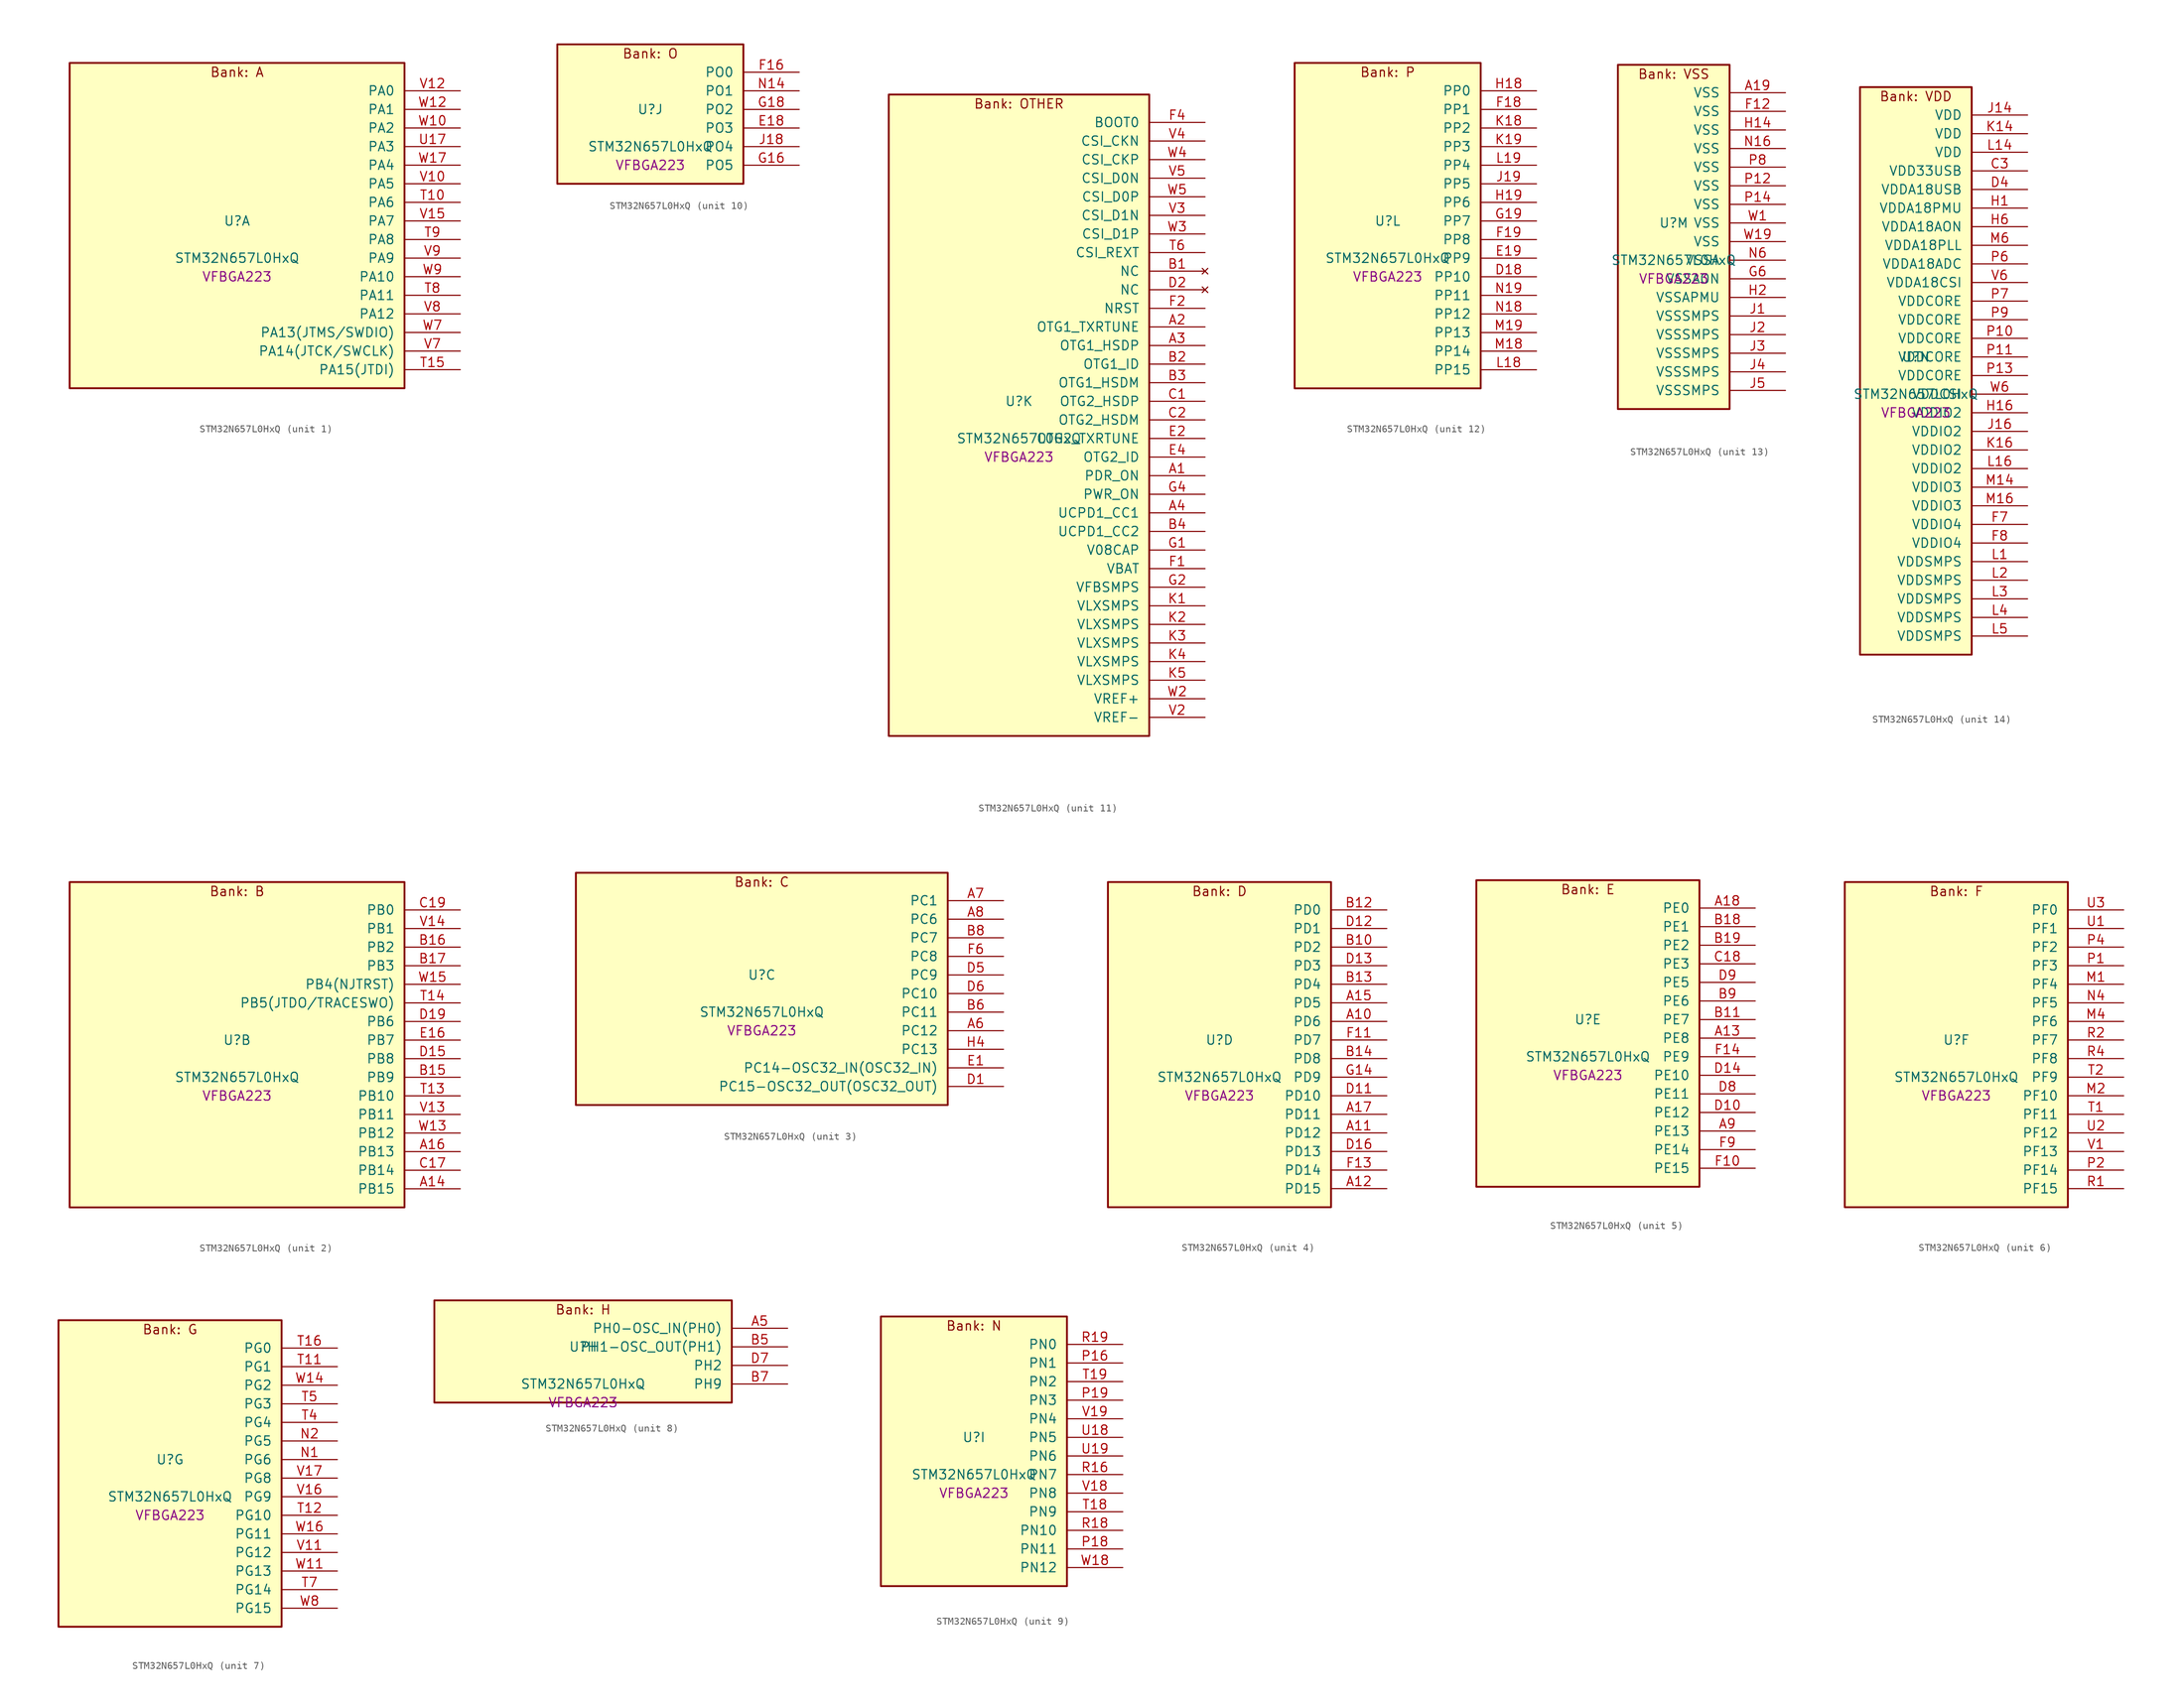
<source format=kicad_sym>
(kicad_symbol_lib
  (version 20241209)
  (generator "stm32_pkl_generator")
  (generator_version "1.0")
  (symbol "STM32N657L0HxQ"
    (pin_names
      (offset 1.27))
    (property "Reference" "U"
      (at 0 2.54 0))
    (property "Value" "STM32N657L0HxQ"
      (at 0 -2.54 0))
    (property "Footprint" "VFBGA223"
      (at 0 -5.08 0))
    (symbol "STM32N657L0HxQ_1_1"
      (rectangle (start -22.86 24.13) (end 22.86 -20.32) (stroke (width 0.254) (type solid)) (fill (type background)))
      (text "Bank: A" (at 0 22.86 0))
      (pin bidirectional line (at 30.48 20.32 180) (length 7.62) (name "PA0") (number "V12") (alternate "PA0/ADC1_INN1" bidirectional line) (alternate "PA0/ADC1_INP0" bidirectional line) (alternate "PA0/ADC2_INN1" bidirectional line) (alternate "PA0/ADC2_INP0" bidirectional line) (alternate "PA0/FMC_D7" bidirectional line) (alternate "PA0/FMC_DA7" bidirectional line) (alternate "PA0/HDP_HDP0" bidirectional line) (alternate "PA0/I2S6_WS" bidirectional line) (alternate "PA0/LTDC_G3" bidirectional line) (alternate "PA0/PWR_WKUP1" bidirectional line) (alternate "PA0/SAI2_SD_B" bidirectional line) (alternate "PA0/SDMMC2_CMD" bidirectional line) (alternate "PA0/SPI6_NSS" bidirectional line) (alternate "PA0/TIM15_BKIN" bidirectional line) (alternate "PA0/TIM2_CH1" bidirectional line) (alternate "PA0/TIM5_CH1" bidirectional line) (alternate "PA0/TIM9_CH1" bidirectional line) (alternate "PA0/UART4_TX" bidirectional line) (alternate "PA0/USART2_CTS" bidirectional line) (alternate "PA0/USART2_NSS" bidirectional line))
      (pin bidirectional line (at 30.48 17.78 180) (length 7.62) (name "PA1") (number "W12") (alternate "PA1/ADC1_INP1" bidirectional line) (alternate "PA1/ADC2_INP1" bidirectional line) (alternate "PA1/DCMIPP_D0" bidirectional line) (alternate "PA1/DCMI_D0" bidirectional line) (alternate "PA1/FMC_D6" bidirectional line) (alternate "PA1/FMC_DA6" bidirectional line) (alternate "PA1/HDP_HDP1" bidirectional line) (alternate "PA1/LPTIM3_IN1" bidirectional line) (alternate "PA1/LTDC_G2" bidirectional line) (alternate "PA1/PSSI_D0" bidirectional line) (alternate "PA1/SAI2_MCLK_B" bidirectional line) (alternate "PA1/TIM15_CH1N" bidirectional line) (alternate "PA1/TIM2_CH2" bidirectional line) (alternate "PA1/TIM5_CH2" bidirectional line) (alternate "PA1/UART4_RX" bidirectional line) (alternate "PA1/USART2_RTS" bidirectional line))
      (pin bidirectional line (at 30.48 15.24 180) (length 7.62) (name "PA2") (number "W10") (alternate "PA2/ADC1_INP14" bidirectional line) (alternate "PA2/ADC2_INP14" bidirectional line) (alternate "PA2/FMC_D5" bidirectional line) (alternate "PA2/FMC_DA5" bidirectional line) (alternate "PA2/HDP_HDP2" bidirectional line) (alternate "PA2/LPTIM3_IN2" bidirectional line) (alternate "PA2/LTDC_B7" bidirectional line) (alternate "PA2/MDIOS_MDIO" bidirectional line) (alternate "PA2/PWR_WKUP2" bidirectional line) (alternate "PA2/SAI2_SCK_B" bidirectional line) (alternate "PA2/TIM15_CH1" bidirectional line) (alternate "PA2/TIM2_CH3" bidirectional line) (alternate "PA2/TIM5_CH3" bidirectional line) (alternate "PA2/USART2_TX" bidirectional line))
      (pin bidirectional line (at 30.48 12.7 180) (length 7.62) (name "PA3") (number "U17") (alternate "PA3/FMC_A17" bidirectional line) (alternate "PA3/FMC_ALE" bidirectional line) (alternate "PA3/SAI1_SD_B" bidirectional line) (alternate "PA3/SPI5_NSS" bidirectional line) (alternate "PA3/TIM16_CH1" bidirectional line) (alternate "PA3/UART7_RX" bidirectional line))
      (pin bidirectional line (at 30.48 10.16 180) (length 7.62) (name "PA4") (number "W17") (alternate "PA4/DCMIPP_D3" bidirectional line) (alternate "PA4/DCMI_D3" bidirectional line) (alternate "PA4/FMC_A13" bidirectional line) (alternate "PA4/PSSI_D3" bidirectional line) (alternate "PA4/SPI5_MOSI" bidirectional line) (alternate "PA4/USART6_RX" bidirectional line))
      (pin bidirectional line (at 30.48 7.62 180) (length 7.62) (name "PA5") (number "V10") (alternate "PA5/ADC2_INP18" bidirectional line) (alternate "PA5/DCMIPP_D8" bidirectional line) (alternate "PA5/DCMI_D8" bidirectional line) (alternate "PA5/FMC_NOE" bidirectional line) (alternate "PA5/HDP_HDP5" bidirectional line) (alternate "PA5/I2S1_CK" bidirectional line) (alternate "PA5/I2S6_CK" bidirectional line) (alternate "PA5/I3C1_SCL" bidirectional line) (alternate "PA5/LTDC_CLK" bidirectional line) (alternate "PA5/PSSI_D8" bidirectional line) (alternate "PA5/PWR_CSTOP" bidirectional line) (alternate "PA5/SPI1_SCK" bidirectional line) (alternate "PA5/SPI6_SCK" bidirectional line) (alternate "PA5/TIM10_CH1" bidirectional line) (alternate "PA5/TIM2_CH1" bidirectional line) (alternate "PA5/TIM2_ETR" bidirectional line) (alternate "PA5/TIM9_CH2" bidirectional line))
      (pin bidirectional line (at 30.48 5.08 180) (length 7.62) (name "PA6") (number "T10") (alternate "PA6/ADC1_INP3" bidirectional line) (alternate "PA6/ADC2_INP3" bidirectional line) (alternate "PA6/BOOT1" bidirectional line) (alternate "PA6/DCMIPP_PIXCLK" bidirectional line) (alternate "PA6/DCMI_PIXCLK" bidirectional line) (alternate "PA6/HDP_HDP6" bidirectional line) (alternate "PA6/I2S1_SDI" bidirectional line) (alternate "PA6/I2S6_SDI" bidirectional line) (alternate "PA6/I3C1_SDA" bidirectional line) (alternate "PA6/LPTIM3_ETR" bidirectional line) (alternate "PA6/LTDC_B7" bidirectional line) (alternate "PA6/LTDC_HSYNC" bidirectional line) (alternate "PA6/MDIOS_MDC" bidirectional line) (alternate "PA6/PSSI_PDCK" bidirectional line) (alternate "PA6/SPI1_MISO" bidirectional line) (alternate "PA6/SPI6_MISO" bidirectional line) (alternate "PA6/TIM13_CH1" bidirectional line) (alternate "PA6/TIM1_BKIN" bidirectional line) (alternate "PA6/TIM3_CH1" bidirectional line))
      (pin bidirectional line (at 30.48 2.54 180) (length 7.62) (name "PA7") (number "V15") (alternate "PA7/HDP_HDP7" bidirectional line) (alternate "PA7/I2S1_SDO" bidirectional line) (alternate "PA7/I2S6_SDO" bidirectional line) (alternate "PA7/LTDC_B1" bidirectional line) (alternate "PA7/LTDC_R4" bidirectional line) (alternate "PA7/SPI1_MOSI" bidirectional line) (alternate "PA7/SPI6_MOSI" bidirectional line) (alternate "PA7/TIM14_CH1" bidirectional line) (alternate "PA7/TIM1_CH1N" bidirectional line) (alternate "PA7/TIM3_CH2" bidirectional line) (alternate "PA7/USART1_RX" bidirectional line))
      (pin bidirectional line (at 30.48 0 180) (length 7.62) (name "PA8") (number "T9") (alternate "PA8/ADC1_INP5" bidirectional line) (alternate "PA8/ADC2_INP5" bidirectional line) (alternate "PA8/FMC_D4" bidirectional line) (alternate "PA8/FMC_DA4" bidirectional line) (alternate "PA8/HDP_HDP0" bidirectional line) (alternate "PA8/I2C3_SCL" bidirectional line) (alternate "PA8/I3C2_SCL" bidirectional line) (alternate "PA8/LTDC_B6" bidirectional line) (alternate "PA8/RCC_MCO_1" bidirectional line) (alternate "PA8/TIM11_CH1" bidirectional line) (alternate "PA8/TIM1_CH1" bidirectional line) (alternate "PA8/UART7_RX" bidirectional line) (alternate "PA8/USART1_CK" bidirectional line))
      (pin bidirectional line (at 30.48 -2.54 180) (length 7.62) (name "PA9") (number "V9") (alternate "PA9/ADC1_INP10" bidirectional line) (alternate "PA9/ADC2_INP10" bidirectional line) (alternate "PA9/DCMIPP_D0" bidirectional line) (alternate "PA9/DCMI_D0" bidirectional line) (alternate "PA9/FMC_D3" bidirectional line) (alternate "PA9/FMC_DA3" bidirectional line) (alternate "PA9/HDP_HDP1" bidirectional line) (alternate "PA9/I2C3_SDA" bidirectional line) (alternate "PA9/I2S2_CK" bidirectional line) (alternate "PA9/I3C2_SDA" bidirectional line) (alternate "PA9/LPUART1_TX" bidirectional line) (alternate "PA9/LTDC_B5" bidirectional line) (alternate "PA9/PSSI_D0" bidirectional line) (alternate "PA9/SPI2_SCK" bidirectional line) (alternate "PA9/TIM1_CH2" bidirectional line) (alternate "PA9/USART1_TX" bidirectional line))
      (pin bidirectional line (at 30.48 -5.08 180) (length 7.62) (name "PA10") (number "W9") (alternate "PA10/ADC1_INN10" bidirectional line) (alternate "PA10/ADC1_INP11" bidirectional line) (alternate "PA10/ADC2_INN10" bidirectional line) (alternate "PA10/ADC2_INP11" bidirectional line) (alternate "PA10/DCMIPP_D1" bidirectional line) (alternate "PA10/DCMI_D1" bidirectional line) (alternate "PA10/FMC_D2" bidirectional line) (alternate "PA10/FMC_DA2" bidirectional line) (alternate "PA10/HDP_HDP2" bidirectional line) (alternate "PA10/LPUART1_RX" bidirectional line) (alternate "PA10/LTDC_B4" bidirectional line) (alternate "PA10/MDIOS_MDIO" bidirectional line) (alternate "PA10/PSSI_D1" bidirectional line) (alternate "PA10/PWR_CSLEEP" bidirectional line) (alternate "PA10/TIM1_CH3" bidirectional line) (alternate "PA10/USART1_RX" bidirectional line))
      (pin bidirectional line (at 30.48 -7.62 180) (length 7.62) (name "PA11") (number "T8") (alternate "PA11/ADC1_EXTI11" bidirectional line) (alternate "PA11/ADC1_INN11" bidirectional line) (alternate "PA11/ADC1_INP12" bidirectional line) (alternate "PA11/ADC2_EXTI11" bidirectional line) (alternate "PA11/ADC2_INN11" bidirectional line) (alternate "PA11/ADC2_INP12" bidirectional line) (alternate "PA11/FDCAN1_RX" bidirectional line) (alternate "PA11/FMC_D1" bidirectional line) (alternate "PA11/FMC_DA1" bidirectional line) (alternate "PA11/HDP_HDP3" bidirectional line) (alternate "PA11/I2S2_WS" bidirectional line) (alternate "PA11/LPUART1_CTS" bidirectional line) (alternate "PA11/LTDC_B3" bidirectional line) (alternate "PA11/SPI2_NSS" bidirectional line) (alternate "PA11/TIM1_CH4" bidirectional line) (alternate "PA11/UART4_RX" bidirectional line) (alternate "PA11/USART1_CTS" bidirectional line) (alternate "PA11/USART1_NSS" bidirectional line))
      (pin bidirectional line (at 30.48 -10.16 180) (length 7.62) (name "PA12") (number "V8") (alternate "PA12/ADC1_INN12" bidirectional line) (alternate "PA12/ADC1_INP13" bidirectional line) (alternate "PA12/ADC2_INN12" bidirectional line) (alternate "PA12/ADC2_INP13" bidirectional line) (alternate "PA12/FDCAN1_TX" bidirectional line) (alternate "PA12/FMC_D0" bidirectional line) (alternate "PA12/FMC_DA0" bidirectional line) (alternate "PA12/HDP_HDP4" bidirectional line) (alternate "PA12/I2S2_CK" bidirectional line) (alternate "PA12/LPUART1_RTS" bidirectional line) (alternate "PA12/LTDC_B2" bidirectional line) (alternate "PA12/SAI2_FS_B" bidirectional line) (alternate "PA12/SPI2_SCK" bidirectional line) (alternate "PA12/TIM1_ETR" bidirectional line) (alternate "PA12/UART4_TX" bidirectional line) (alternate "PA12/USART1_RTS" bidirectional line))
      (pin bidirectional line (at 30.48 -12.7 180) (length 7.62) (name "PA13(JTMS/SWDIO)") (number "W7") (alternate "PA13(JTMS/SWDIO)/DEBUG_JTMS-SWDIO" bidirectional line) (alternate "PA13(JTMS/SWDIO)/HDP_HDP5" bidirectional line))
      (pin bidirectional line (at 30.48 -15.24 180) (length 7.62) (name "PA14(JTCK/SWCLK)") (number "V7") (alternate "PA14(JTCK/SWCLK)/DEBUG_JTCK-SWCLK" bidirectional line) (alternate "PA14(JTCK/SWCLK)/HDP_HDP6" bidirectional line))
      (pin bidirectional line (at 30.48 -17.78 180) (length 7.62) (name "PA15(JTDI)") (number "T15") (alternate "PA15(JTDI)/ADC1_EXTI15" bidirectional line) (alternate "PA15(JTDI)/ADC2_EXTI15" bidirectional line) (alternate "PA15(JTDI)/DEBUG_JTDI" bidirectional line) (alternate "PA15(JTDI)/FMC_D15" bidirectional line) (alternate "PA15(JTDI)/FMC_DA15" bidirectional line) (alternate "PA15(JTDI)/HDP_HDP7" bidirectional line) (alternate "PA15(JTDI)/I2S1_WS" bidirectional line) (alternate "PA15(JTDI)/I2S3_WS" bidirectional line) (alternate "PA15(JTDI)/I2S6_WS" bidirectional line) (alternate "PA15(JTDI)/LTDC_R5" bidirectional line) (alternate "PA15(JTDI)/SPI1_NSS" bidirectional line) (alternate "PA15(JTDI)/SPI3_NSS" bidirectional line) (alternate "PA15(JTDI)/SPI6_NSS" bidirectional line) (alternate "PA15(JTDI)/TIM2_CH1" bidirectional line) (alternate "PA15(JTDI)/TIM2_ETR" bidirectional line) (alternate "PA15(JTDI)/UART4_DE" bidirectional line) (alternate "PA15(JTDI)/UART4_RTS" bidirectional line) (alternate "PA15(JTDI)/UART7_TX" bidirectional line)))
    (symbol "STM32N657L0HxQ_2_1"
      (rectangle (start -22.86 24.13) (end 22.86 -20.32) (stroke (width 0.254) (type solid)) (fill (type background)))
      (text "Bank: B" (at 0 22.86 0))
      (pin bidirectional line (at 30.48 20.32 180) (length 7.62) (name "PB0") (number "C19") (alternate "PB0/ADF1_SDI0" bidirectional line) (alternate "PB0/DCMIPP_D4" bidirectional line) (alternate "PB0/DCMI_D4" bidirectional line) (alternate "PB0/DEBUG_TRACED1" bidirectional line) (alternate "PB0/FMC_D13" bidirectional line) (alternate "PB0/FMC_DA13" bidirectional line) (alternate "PB0/MDF1_SDI2" bidirectional line) (alternate "PB0/PSSI_D4" bidirectional line) (alternate "PB0/SAI1_D2" bidirectional line) (alternate "PB0/SAI1_FS_A" bidirectional line) (alternate "PB0/SPI4_NSS" bidirectional line) (alternate "PB0/TIM15_CH1N" bidirectional line) (alternate "PB0/TIM1_CH4" bidirectional line))
      (pin bidirectional line (at 30.48 17.78 180) (length 7.62) (name "PB1") (number "V14") (alternate "PB1/FDCAN2_TX" bidirectional line) (alternate "PB1/FMC_NOE" bidirectional line) (alternate "PB1/HDP_HDP1" bidirectional line) (alternate "PB1/LTDC_R1" bidirectional line) (alternate "PB1/TIM1_CH3N" bidirectional line) (alternate "PB1/TIM3_CH4" bidirectional line) (alternate "PB1/TIM9_CH2" bidirectional line) (alternate "PB1/USART2_TX" bidirectional line))
      (pin bidirectional line (at 30.48 15.24 180) (length 7.62) (name "PB2") (number "B16") (alternate "PB2/ADF1_SDI0" bidirectional line) (alternate "PB2/FMC_D2" bidirectional line) (alternate "PB2/FMC_DA2" bidirectional line) (alternate "PB2/HDP_HDP2" bidirectional line) (alternate "PB2/I2S3_SDO" bidirectional line) (alternate "PB2/LTDC_B2" bidirectional line) (alternate "PB2/MDF1_SDI1" bidirectional line) (alternate "PB2/RTC_OUT2" bidirectional line) (alternate "PB2/SAI1_D1" bidirectional line) (alternate "PB2/SAI1_SD_A" bidirectional line) (alternate "PB2/SPI3_MOSI" bidirectional line) (alternate "PB2/TIM1_CH1" bidirectional line))
      (pin bidirectional line (at 30.48 12.7 180) (length 7.62) (name "PB3") (number "B17") (alternate "PB3/DEBUG_JTDO-SWO" bidirectional line) (alternate "PB3/DEBUG_TRACECLK" bidirectional line) (alternate "PB3/FMC_A23" bidirectional line) (alternate "PB3/FMC_NBL1" bidirectional line) (alternate "PB3/GFXTIM_FCKCAL" bidirectional line) (alternate "PB3/GFXTIM_LCKCAL" bidirectional line) (alternate "PB3/HDP_HDP0" bidirectional line) (alternate "PB3/MDF1_CKI1" bidirectional line) (alternate "PB3/SAI2_FS_B" bidirectional line) (alternate "PB3/TIM1_CH4N" bidirectional line) (alternate "PB3/USART1_CK" bidirectional line))
      (pin bidirectional line (at 30.48 10.16 180) (length 7.62) (name "PB4(NJTRST)") (number "W15") (alternate "PB4(NJTRST)/DCMIPP_VSYNC" bidirectional line) (alternate "PB4(NJTRST)/DCMI_VSYNC" bidirectional line) (alternate "PB4(NJTRST)/DEBUG_NJTRST" bidirectional line) (alternate "PB4(NJTRST)/FMC_D13" bidirectional line) (alternate "PB4(NJTRST)/FMC_DA13" bidirectional line) (alternate "PB4(NJTRST)/HDP_HDP4" bidirectional line) (alternate "PB4(NJTRST)/I2S1_SDI" bidirectional line) (alternate "PB4(NJTRST)/I2S2_WS" bidirectional line) (alternate "PB4(NJTRST)/I2S3_SDI" bidirectional line) (alternate "PB4(NJTRST)/I2S6_SDI" bidirectional line) (alternate "PB4(NJTRST)/LTDC_R3" bidirectional line) (alternate "PB4(NJTRST)/PSSI_RDY" bidirectional line) (alternate "PB4(NJTRST)/SDMMC2_D3" bidirectional line) (alternate "PB4(NJTRST)/SPI1_MISO" bidirectional line) (alternate "PB4(NJTRST)/SPI2_NSS" bidirectional line) (alternate "PB4(NJTRST)/SPI3_MISO" bidirectional line) (alternate "PB4(NJTRST)/SPI6_MISO" bidirectional line) (alternate "PB4(NJTRST)/TIM16_BKIN" bidirectional line) (alternate "PB4(NJTRST)/TIM3_CH1" bidirectional line) (alternate "PB4(NJTRST)/UART7_TX" bidirectional line))
      (pin bidirectional line (at 30.48 7.62 180) (length 7.62) (name "PB5(JTDO/TRACESWO)") (number "T14") (alternate "PB5(JTDO/TRACESWO)/DCMIPP_D10" bidirectional line) (alternate "PB5(JTDO/TRACESWO)/DCMI_D10" bidirectional line) (alternate "PB5(JTDO/TRACESWO)/DEBUG_JTDO-SWO" bidirectional line) (alternate "PB5(JTDO/TRACESWO)/FDCAN2_RX" bidirectional line) (alternate "PB5(JTDO/TRACESWO)/FMC_D12" bidirectional line) (alternate "PB5(JTDO/TRACESWO)/FMC_DA12" bidirectional line) (alternate "PB5(JTDO/TRACESWO)/HDP_HDP5" bidirectional line) (alternate "PB5(JTDO/TRACESWO)/I2C1_SMBA" bidirectional line) (alternate "PB5(JTDO/TRACESWO)/I2S1_SDO" bidirectional line) (alternate "PB5(JTDO/TRACESWO)/I2S3_SDO" bidirectional line) (alternate "PB5(JTDO/TRACESWO)/I2S6_SDO" bidirectional line) (alternate "PB5(JTDO/TRACESWO)/LTDC_R2" bidirectional line) (alternate "PB5(JTDO/TRACESWO)/PSSI_D10" bidirectional line) (alternate "PB5(JTDO/TRACESWO)/SPI1_MOSI" bidirectional line) (alternate "PB5(JTDO/TRACESWO)/SPI3_MOSI" bidirectional line) (alternate "PB5(JTDO/TRACESWO)/SPI6_MOSI" bidirectional line) (alternate "PB5(JTDO/TRACESWO)/TIM17_BKIN" bidirectional line) (alternate "PB5(JTDO/TRACESWO)/TIM3_CH2" bidirectional line) (alternate "PB5(JTDO/TRACESWO)/UART5_RX" bidirectional line))
      (pin bidirectional line (at 30.48 5.08 180) (length 7.62) (name "PB6") (number "D19") (alternate "PB6/ADF1_CCK1" bidirectional line) (alternate "PB6/DCMIPP_D6" bidirectional line) (alternate "PB6/DCMI_D6" bidirectional line) (alternate "PB6/DEBUG_TRACED2" bidirectional line) (alternate "PB6/FMC_D14" bidirectional line) (alternate "PB6/FMC_DA14" bidirectional line) (alternate "PB6/MDF1_CCK1" bidirectional line) (alternate "PB6/PSSI_D6" bidirectional line) (alternate "PB6/SAI1_CK2" bidirectional line) (alternate "PB6/SAI1_SCK_A" bidirectional line) (alternate "PB6/SPI4_MISO" bidirectional line) (alternate "PB6/TIM15_CH1" bidirectional line))
      (pin bidirectional line (at 30.48 2.54 180) (length 7.62) (name "PB7") (number "E16") (alternate "PB7/ADF1_SDI0" bidirectional line) (alternate "PB7/DCMIPP_D7" bidirectional line) (alternate "PB7/DCMI_D7" bidirectional line) (alternate "PB7/DEBUG_TRACED3" bidirectional line) (alternate "PB7/FMC_D15" bidirectional line) (alternate "PB7/FMC_DA15" bidirectional line) (alternate "PB7/MDF1_SDI1" bidirectional line) (alternate "PB7/PSSI_D7" bidirectional line) (alternate "PB7/SAI1_D1" bidirectional line) (alternate "PB7/SAI1_SD_A" bidirectional line) (alternate "PB7/SAI2_MCLK_B" bidirectional line) (alternate "PB7/SPI4_MOSI" bidirectional line) (alternate "PB7/TIM15_CH2" bidirectional line) (alternate "PB7/TIM1_BKIN2" bidirectional line))
      (pin bidirectional line (at 30.48 0 180) (length 7.62) (name "PB8") (number "D15") (alternate "PB8/DCMIPP_VSYNC" bidirectional line) (alternate "PB8/DCMI_VSYNC" bidirectional line) (alternate "PB8/FMC_D1" bidirectional line) (alternate "PB8/FMC_DA1" bidirectional line) (alternate "PB8/I2S1_SDI" bidirectional line) (alternate "PB8/PSSI_RDY" bidirectional line) (alternate "PB8/SAI2_FS_B" bidirectional line) (alternate "PB8/SDMMC2_D0" bidirectional line) (alternate "PB8/SPDIFRX1_IN3" bidirectional line) (alternate "PB8/SPI1_MISO" bidirectional line) (alternate "PB8/USART6_RX" bidirectional line))
      (pin bidirectional line (at 30.48 -2.54 180) (length 7.62) (name "PB9") (number "B15") (alternate "PB9/DCMIPP_D3" bidirectional line) (alternate "PB9/DCMI_D3" bidirectional line) (alternate "PB9/FMC_D3" bidirectional line) (alternate "PB9/FMC_DA3" bidirectional line) (alternate "PB9/I2S1_CK" bidirectional line) (alternate "PB9/LPTIM1_IN2" bidirectional line) (alternate "PB9/PSSI_D3" bidirectional line) (alternate "PB9/SDMMC2_D2" bidirectional line) (alternate "PB9/SPDIFRX1_IN0" bidirectional line) (alternate "PB9/SPI1_SCK" bidirectional line) (alternate "PB9/USART10_TX" bidirectional line))
      (pin bidirectional line (at 30.48 -5.08 180) (length 7.62) (name "PB10") (number "T13") (alternate "PB10/ADC1_INN4" bidirectional line) (alternate "PB10/ADC1_INP8" bidirectional line) (alternate "PB10/ADC2_INN4" bidirectional line) (alternate "PB10/ADC2_INP8" bidirectional line) (alternate "PB10/FMC_D11" bidirectional line) (alternate "PB10/FMC_DA11" bidirectional line) (alternate "PB10/HDP_HDP2" bidirectional line) (alternate "PB10/I2C2_SCL" bidirectional line) (alternate "PB10/I2S2_CK" bidirectional line) (alternate "PB10/I3C2_SCL" bidirectional line) (alternate "PB10/LPTIM2_IN1" bidirectional line) (alternate "PB10/LTDC_G7" bidirectional line) (alternate "PB10/SPI2_SCK" bidirectional line) (alternate "PB10/TIM2_CH3" bidirectional line) (alternate "PB10/USART3_TX" bidirectional line))
      (pin bidirectional line (at 30.48 -7.62 180) (length 7.62) (name "PB11") (number "V13") (alternate "PB11/ADC1_EXTI11" bidirectional line) (alternate "PB11/ADC1_INP4" bidirectional line) (alternate "PB11/ADC2_EXTI11" bidirectional line) (alternate "PB11/ADC2_INP4" bidirectional line) (alternate "PB11/FMC_D10" bidirectional line) (alternate "PB11/FMC_DA10" bidirectional line) (alternate "PB11/HDP_HDP3" bidirectional line) (alternate "PB11/I2C2_SDA" bidirectional line) (alternate "PB11/I3C2_SDA" bidirectional line) (alternate "PB11/LPTIM2_ETR" bidirectional line) (alternate "PB11/LTDC_G6" bidirectional line) (alternate "PB11/TIM2_CH4" bidirectional line) (alternate "PB11/USART3_RX" bidirectional line))
      (pin bidirectional line (at 30.48 -10.16 180) (length 7.62) (name "PB12") (number "W13") (alternate "PB12/FDCAN2_RX" bidirectional line) (alternate "PB12/FMC_D9" bidirectional line) (alternate "PB12/FMC_DA9" bidirectional line) (alternate "PB12/HDP_HDP4" bidirectional line) (alternate "PB12/I2C2_SMBA" bidirectional line) (alternate "PB12/I2S2_WS" bidirectional line) (alternate "PB12/LPTIM2_IN2" bidirectional line) (alternate "PB12/LTDC_G5" bidirectional line) (alternate "PB12/SPI2_NSS" bidirectional line) (alternate "PB12/TIM1_BKIN" bidirectional line) (alternate "PB12/UART5_RX" bidirectional line) (alternate "PB12/USART3_CK" bidirectional line))
      (pin bidirectional line (at 30.48 -12.7 180) (length 7.62) (name "PB13") (number "A16") (alternate "PB13/DEBUG_TRACED0" bidirectional line) (alternate "PB13/FMC_D5" bidirectional line) (alternate "PB13/FMC_DA5" bidirectional line) (alternate "PB13/I2S6_CK" bidirectional line) (alternate "PB13/LPTIM1_CH1" bidirectional line) (alternate "PB13/LTDC_CLK" bidirectional line) (alternate "PB13/SDMMC2_D6" bidirectional line) (alternate "PB13/SPI6_SCK" bidirectional line) (alternate "PB13/USART10_CTS" bidirectional line) (alternate "PB13/USART10_NSS" bidirectional line) (alternate "PB13/USART6_CTS" bidirectional line) (alternate "PB13/USART6_NSS" bidirectional line))
      (pin bidirectional line (at 30.48 -15.24 180) (length 7.62) (name "PB14") (number "C17") (alternate "PB14/DCMIPP_D10" bidirectional line) (alternate "PB14/DCMI_D10" bidirectional line) (alternate "PB14/FMC_D7" bidirectional line) (alternate "PB14/FMC_DA7" bidirectional line) (alternate "PB14/LPTIM1_CH2" bidirectional line) (alternate "PB14/LTDC_HSYNC" bidirectional line) (alternate "PB14/PSSI_D10" bidirectional line) (alternate "PB14/USART10_CK" bidirectional line) (alternate "PB14/USART6_CTS" bidirectional line) (alternate "PB14/USART6_NSS" bidirectional line))
      (pin bidirectional line (at 30.48 -17.78 180) (length 7.62) (name "PB15") (number "A14") (alternate "PB15/ADC1_EXTI15" bidirectional line) (alternate "PB15/ADC2_EXTI15" bidirectional line) (alternate "PB15/FMC_D0" bidirectional line) (alternate "PB15/FMC_DA0" bidirectional line) (alternate "PB15/I2S6_WS" bidirectional line) (alternate "PB15/LTDC_G4" bidirectional line) (alternate "PB15/SPDIFRX1_IN2" bidirectional line) (alternate "PB15/SPI6_NSS" bidirectional line) (alternate "PB15/USART6_RTS" bidirectional line)))
    (symbol "STM32N657L0HxQ_3_1"
      (rectangle (start -25.4 16.51) (end 25.4 -15.24) (stroke (width 0.254) (type solid)) (fill (type background)))
      (text "Bank: C" (at 0 15.24 0))
      (pin bidirectional line (at 33.02 12.7 180) (length 7.62) (name "PC1") (number "A7") (alternate "PC1/DCMIPP_D7" bidirectional line) (alternate "PC1/DCMI_D7" bidirectional line) (alternate "PC1/FDCAN1_TX" bidirectional line) (alternate "PC1/HDP_HDP1" bidirectional line) (alternate "PC1/I2C1_SDA" bidirectional line) (alternate "PC1/I2S2_WS" bidirectional line) (alternate "PC1/I3C1_SDA" bidirectional line) (alternate "PC1/PSSI_D7" bidirectional line) (alternate "PC1/SDMMC1_CDIR" bidirectional line) (alternate "PC1/SDMMC1_D5" bidirectional line) (alternate "PC1/SDMMC2_D5" bidirectional line) (alternate "PC1/SPI2_NSS" bidirectional line) (alternate "PC1/TIM17_CH1" bidirectional line) (alternate "PC1/TIM4_CH4" bidirectional line) (alternate "PC1/UART4_TX" bidirectional line))
      (pin bidirectional line (at 33.02 10.16 180) (length 7.62) (name "PC6") (number "A8") (alternate "PC6/DCMIPP_D1" bidirectional line) (alternate "PC6/DCMI_D1" bidirectional line) (alternate "PC6/HDP_HDP6" bidirectional line) (alternate "PC6/I2S2_MCK" bidirectional line) (alternate "PC6/PSSI_D1" bidirectional line) (alternate "PC6/SDMMC1_D0DIR" bidirectional line) (alternate "PC6/SDMMC1_D6" bidirectional line) (alternate "PC6/SDMMC2_D6" bidirectional line) (alternate "PC6/TIM1_CH1" bidirectional line) (alternate "PC6/TIM3_CH1" bidirectional line) (alternate "PC6/TIM9_CH1" bidirectional line) (alternate "PC6/USART6_TX" bidirectional line))
      (pin bidirectional line (at 33.02 7.62 180) (length 7.62) (name "PC7") (number "B8") (alternate "PC7/DCMIPP_D1" bidirectional line) (alternate "PC7/DCMI_D1" bidirectional line) (alternate "PC7/DEBUG_TRGIO" bidirectional line) (alternate "PC7/HDP_HDP7" bidirectional line) (alternate "PC7/I2S3_MCK" bidirectional line) (alternate "PC7/PSSI_D1" bidirectional line) (alternate "PC7/SDMMC1_D123DIR" bidirectional line) (alternate "PC7/SDMMC1_D7" bidirectional line) (alternate "PC7/SDMMC2_D7" bidirectional line) (alternate "PC7/TIM16_CH1N" bidirectional line) (alternate "PC7/TIM3_CH2" bidirectional line) (alternate "PC7/TIM9_CH2" bidirectional line) (alternate "PC7/USART6_RX" bidirectional line))
      (pin bidirectional line (at 33.02 5.08 180) (length 7.62) (name "PC8") (number "F6") (alternate "PC8/DCMIPP_D2" bidirectional line) (alternate "PC8/DCMI_D2" bidirectional line) (alternate "PC8/DEBUG_TRACED1" bidirectional line) (alternate "PC8/FMC_NE4" bidirectional line) (alternate "PC8/HDP_HDP0" bidirectional line) (alternate "PC8/I2C3_SMBA" bidirectional line) (alternate "PC8/LTDC_B0" bidirectional line) (alternate "PC8/PSSI_D2" bidirectional line) (alternate "PC8/SDMMC1_D0" bidirectional line) (alternate "PC8/TIM3_CH3" bidirectional line) (alternate "PC8/UART5_DE" bidirectional line) (alternate "PC8/UART5_RTS" bidirectional line) (alternate "PC8/UCPD1_FRSTX1" bidirectional line) (alternate "PC8/USART6_CK" bidirectional line))
      (pin bidirectional line (at 33.02 2.54 180) (length 7.62) (name "PC9") (number "D5") (alternate "PC9/AUDIOCLK" bidirectional line) (alternate "PC9/DCMIPP_D3" bidirectional line) (alternate "PC9/DCMI_D3" bidirectional line) (alternate "PC9/HDP_HDP1" bidirectional line) (alternate "PC9/I2C3_SDA" bidirectional line) (alternate "PC9/LTDC_B3" bidirectional line) (alternate "PC9/PSSI_D3" bidirectional line) (alternate "PC9/RCC_MCO_2" bidirectional line) (alternate "PC9/SDMMC1_D1" bidirectional line) (alternate "PC9/TIM3_CH4" bidirectional line) (alternate "PC9/UART5_CTS" bidirectional line) (alternate "PC9/UCPD1_FRSTX2" bidirectional line) (alternate "PC9/USART6_RX" bidirectional line))
      (pin bidirectional line (at 33.02 0 180) (length 7.62) (name "PC10") (number "D6") (alternate "PC10/DCMIPP_D14" bidirectional line) (alternate "PC10/FMC_CLK" bidirectional line) (alternate "PC10/HDP_HDP2" bidirectional line) (alternate "PC10/I2C4_SCL" bidirectional line) (alternate "PC10/I2S3_CK" bidirectional line) (alternate "PC10/I3C2_SCL" bidirectional line) (alternate "PC10/PSSI_D14" bidirectional line) (alternate "PC10/SDMMC1_D2" bidirectional line) (alternate "PC10/SPI3_SCK" bidirectional line) (alternate "PC10/TIM1_BKIN" bidirectional line) (alternate "PC10/UART4_TX" bidirectional line) (alternate "PC10/USART3_TX" bidirectional line))
      (pin bidirectional line (at 33.02 -2.54 180) (length 7.62) (name "PC11") (number "B6") (alternate "PC11/ADC1_EXTI11" bidirectional line) (alternate "PC11/ADC2_EXTI11" bidirectional line) (alternate "PC11/DCMIPP_D4" bidirectional line) (alternate "PC11/DCMI_D4" bidirectional line) (alternate "PC11/HDP_HDP3" bidirectional line) (alternate "PC11/I2C4_SDA" bidirectional line) (alternate "PC11/I2S3_SDI" bidirectional line) (alternate "PC11/I3C2_SDA" bidirectional line) (alternate "PC11/PSSI_D4" bidirectional line) (alternate "PC11/SDMMC1_D3" bidirectional line) (alternate "PC11/SPI3_MISO" bidirectional line) (alternate "PC11/UART4_RX" bidirectional line) (alternate "PC11/USART3_RX" bidirectional line))
      (pin bidirectional line (at 33.02 -5.08 180) (length 7.62) (name "PC12") (number "A6") (alternate "PC12/DCMIPP_D9" bidirectional line) (alternate "PC12/DCMI_D9" bidirectional line) (alternate "PC12/DEBUG_TRACED3" bidirectional line) (alternate "PC12/FMC_NL" bidirectional line) (alternate "PC12/HDP_HDP4" bidirectional line) (alternate "PC12/I2S3_SDO" bidirectional line) (alternate "PC12/I2S6_CK" bidirectional line) (alternate "PC12/PSSI_D9" bidirectional line) (alternate "PC12/SDMMC1_CK" bidirectional line) (alternate "PC12/SPI3_MOSI" bidirectional line) (alternate "PC12/SPI6_SCK" bidirectional line) (alternate "PC12/TIM15_CH1" bidirectional line) (alternate "PC12/TIM1_CH4" bidirectional line) (alternate "PC12/UART5_TX" bidirectional line) (alternate "PC12/USART3_CK" bidirectional line))
      (pin bidirectional line (at 33.02 -7.62 180) (length 7.62) (name "PC13") (number "H4") (alternate "PC13/HDP_HDP5" bidirectional line) (alternate "PC13/PWR_WKUP3" bidirectional line) (alternate "PC13/RTC_OUT1" bidirectional line) (alternate "PC13/RTC_TS" bidirectional line) (alternate "PC13/TAMP_IN1" bidirectional line) (alternate "PC13/TAMP_OUT2" bidirectional line))
      (pin bidirectional line (at 33.02 -10.16 180) (length 7.62) (name "PC14-OSC32_IN(OSC32_IN)") (number "E1") (alternate "PC14-OSC32_IN(OSC32_IN)/RCC_OSC32_IN" bidirectional line))
      (pin bidirectional line (at 33.02 -12.7 180) (length 7.62) (name "PC15-OSC32_OUT(OSC32_OUT)") (number "D1") (alternate "PC15-OSC32_OUT(OSC32_OUT)/ADC1_EXTI15" bidirectional line) (alternate "PC15-OSC32_OUT(OSC32_OUT)/ADC2_EXTI15" bidirectional line) (alternate "PC15-OSC32_OUT(OSC32_OUT)/RCC_OSC32_OUT" bidirectional line)))
    (symbol "STM32N657L0HxQ_4_1"
      (rectangle (start -15.24 24.13) (end 15.24 -20.32) (stroke (width 0.254) (type solid)) (fill (type background)))
      (text "Bank: D" (at 0 22.86 0))
      (pin bidirectional line (at 22.86 20.32 180) (length 7.62) (name "PD0") (number "B12") (alternate "PD0/DCMIPP_HSYNC" bidirectional line) (alternate "PD0/DCMI_HSYNC" bidirectional line) (alternate "PD0/FDCAN1_RX" bidirectional line) (alternate "PD0/FMC_A6" bidirectional line) (alternate "PD0/FMC_A22" bidirectional line) (alternate "PD0/PSSI_DE" bidirectional line) (alternate "PD0/TIM1_ETR" bidirectional line) (alternate "PD0/UART4_RX" bidirectional line) (alternate "PD0/UART9_CTS" bidirectional line))
      (pin bidirectional line (at 22.86 17.78 180) (length 7.62) (name "PD1") (number "D12") (alternate "PD1/ETH1_MDC" bidirectional line) (alternate "PD1/FDCAN1_TX" bidirectional line) (alternate "PD1/FMC_A7" bidirectional line) (alternate "PD1/FMC_A23" bidirectional line) (alternate "PD1/UART4_TX" bidirectional line))
      (pin bidirectional line (at 22.86 15.24 180) (length 7.62) (name "PD2") (number "B10") (alternate "PD2/ADF1_SDI0" bidirectional line) (alternate "PD2/DEBUG_TRACED0" bidirectional line) (alternate "PD2/FMC_A0" bidirectional line) (alternate "PD2/FMC_A16" bidirectional line) (alternate "PD2/FMC_CLE" bidirectional line) (alternate "PD2/HDP_HDP1" bidirectional line) (alternate "PD2/I2S2_SDO" bidirectional line) (alternate "PD2/MDF1_SDI1" bidirectional line) (alternate "PD2/MDIOS_MDC" bidirectional line) (alternate "PD2/PWR_WKUP4" bidirectional line) (alternate "PD2/SAI1_D1" bidirectional line) (alternate "PD2/SAI1_SD_A" bidirectional line) (alternate "PD2/SDMMC2_CK" bidirectional line) (alternate "PD2/SPI2_MOSI" bidirectional line) (alternate "PD2/TIM15_CH1N" bidirectional line) (alternate "PD2/TIM1_CH3" bidirectional line))
      (pin bidirectional line (at 22.86 12.7 180) (length 7.62) (name "PD3") (number "D13") (alternate "PD3/DCMIPP_D14" bidirectional line) (alternate "PD3/ETH1_PHY_INTN" bidirectional line) (alternate "PD3/FMC_A10" bidirectional line) (alternate "PD3/I2C2_SMBA" bidirectional line) (alternate "PD3/PSSI_D14" bidirectional line) (alternate "PD3/USART10_RX" bidirectional line) (alternate "PD3/USART6_CTS" bidirectional line))
      (pin bidirectional line (at 22.86 10.16 180) (length 7.62) (name "PD4") (number "B13") (alternate "PD4/DCMIPP_D9" bidirectional line) (alternate "PD4/DCMI_D9" bidirectional line) (alternate "PD4/FMC_A11" bidirectional line) (alternate "PD4/I2C2_SDA" bidirectional line) (alternate "PD4/PSSI_D9" bidirectional line) (alternate "PD4/SPI5_MISO" bidirectional line) (alternate "PD4/TAMP_IN7" bidirectional line) (alternate "PD4/TAMP_OUT8" bidirectional line) (alternate "PD4/TIM1_BKIN2" bidirectional line) (alternate "PD4/USART6_RTS" bidirectional line))
      (pin bidirectional line (at 22.86 7.62 180) (length 7.62) (name "PD5") (number "A15") (alternate "PD5/DCMIPP_PIXCLK" bidirectional line) (alternate "PD5/DCMI_PIXCLK" bidirectional line) (alternate "PD5/FMC_D6" bidirectional line) (alternate "PD5/FMC_DA6" bidirectional line) (alternate "PD5/PSSI_PDCK" bidirectional line) (alternate "PD5/SDMMC2_D7" bidirectional line) (alternate "PD5/TIM1_CH4N" bidirectional line) (alternate "PD5/USART2_TX" bidirectional line))
      (pin bidirectional line (at 22.86 5.08 180) (length 7.62) (name "PD6") (number "A10") (alternate "PD6/FMC_A1" bidirectional line) (alternate "PD6/FMC_A17" bidirectional line) (alternate "PD6/FMC_ALE" bidirectional line) (alternate "PD6/HDP_HDP2" bidirectional line) (alternate "PD6/I2S2_SDI" bidirectional line) (alternate "PD6/SPI2_MISO" bidirectional line) (alternate "PD6/TIM15_CH2" bidirectional line) (alternate "PD6/TIM1_CH1" bidirectional line))
      (pin bidirectional line (at 22.86 2.54 180) (length 7.62) (name "PD7") (number "F11") (alternate "PD7/DCMIPP_D0" bidirectional line) (alternate "PD7/DCMI_D0" bidirectional line) (alternate "PD7/FMC_A2" bidirectional line) (alternate "PD7/FMC_A18" bidirectional line) (alternate "PD7/HDP_HDP3" bidirectional line) (alternate "PD7/I2S2_SDO" bidirectional line) (alternate "PD7/I2S3_WS" bidirectional line) (alternate "PD7/PSSI_D0" bidirectional line) (alternate "PD7/SPI2_MOSI" bidirectional line) (alternate "PD7/SPI3_NSS" bidirectional line) (alternate "PD7/TIM15_CH1N" bidirectional line) (alternate "PD7/TIM1_CH2" bidirectional line))
      (pin bidirectional line (at 22.86 0 180) (length 7.62) (name "PD8") (number "B14") (alternate "PD8/DCMIPP_D11" bidirectional line) (alternate "PD8/DCMI_D11" bidirectional line) (alternate "PD8/FMC_NBL0" bidirectional line) (alternate "PD8/LTDC_R7" bidirectional line) (alternate "PD8/PSSI_D11" bidirectional line) (alternate "PD8/SPDIFRX1_IN1" bidirectional line) (alternate "PD8/TAMP_IN3" bidirectional line) (alternate "PD8/TAMP_OUT4" bidirectional line) (alternate "PD8/USART3_TX" bidirectional line))
      (pin bidirectional line (at 22.86 -2.54 180) (length 7.62) (name "PD9") (number "G14") (alternate "PD9/DCMIPP_D11" bidirectional line) (alternate "PD9/DCMI_D11" bidirectional line) (alternate "PD9/FMC_SDCLK" bidirectional line) (alternate "PD9/LTDC_R1" bidirectional line) (alternate "PD9/PSSI_D11" bidirectional line) (alternate "PD9/TAMP_IN5" bidirectional line) (alternate "PD9/TAMP_OUT6" bidirectional line) (alternate "PD9/USART3_RX" bidirectional line))
      (pin bidirectional line (at 22.86 -5.08 180) (length 7.62) (name "PD10") (number "D11") (alternate "PD10/DEBUG_TRACECLK" bidirectional line) (alternate "PD10/FMC_A3" bidirectional line) (alternate "PD10/FMC_A19" bidirectional line) (alternate "PD10/GFXTIM_TE" bidirectional line) (alternate "PD10/HDP_HDP4" bidirectional line) (alternate "PD10/I2S1_MCK" bidirectional line) (alternate "PD10/MDF1_CKI3" bidirectional line) (alternate "PD10/SAI2_FS_B" bidirectional line) (alternate "PD10/SPDIFRX1_IN2" bidirectional line) (alternate "PD10/TIM1_ETR" bidirectional line) (alternate "PD10/UCPD1_FRSTX1" bidirectional line))
      (pin bidirectional line (at 22.86 -7.62 180) (length 7.62) (name "PD11") (number "A17") (alternate "PD11/ADC1_EXTI11" bidirectional line) (alternate "PD11/ADC2_EXTI11" bidirectional line) (alternate "PD11/DCMIPP_D15" bidirectional line) (alternate "PD11/FMC_D8" bidirectional line) (alternate "PD11/FMC_DA8" bidirectional line) (alternate "PD11/I2C4_SDA" bidirectional line) (alternate "PD11/I2S2_SDI" bidirectional line) (alternate "PD11/PSSI_D15" bidirectional line) (alternate "PD11/SDMMC1_D0" bidirectional line) (alternate "PD11/SPI2_MISO" bidirectional line) (alternate "PD11/UCPD1_FRSTX1" bidirectional line))
      (pin bidirectional line (at 22.86 -10.16 180) (length 7.62) (name "PD12") (number "A11") (alternate "PD12/DCMIPP_D12" bidirectional line) (alternate "PD12/DCMI_D12" bidirectional line) (alternate "PD12/ETH1_MDIO" bidirectional line) (alternate "PD12/FMC_A5" bidirectional line) (alternate "PD12/FMC_A21" bidirectional line) (alternate "PD12/HDP_HDP5" bidirectional line) (alternate "PD12/MDF1_SDI3" bidirectional line) (alternate "PD12/PSSI_D12" bidirectional line) (alternate "PD12/SAI1_D3" bidirectional line) (alternate "PD12/SPDIFRX1_IN3" bidirectional line) (alternate "PD12/UCPD1_FRSTX2" bidirectional line))
      (pin bidirectional line (at 22.86 -12.7 180) (length 7.62) (name "PD13") (number "D16") (alternate "PD13/DCMIPP_D13" bidirectional line) (alternate "PD13/DCMI_D13" bidirectional line) (alternate "PD13/FMC_D4" bidirectional line) (alternate "PD13/FMC_DA4" bidirectional line) (alternate "PD13/LPTIM1_CH1" bidirectional line) (alternate "PD13/LTDC_R6" bidirectional line) (alternate "PD13/PSSI_D13" bidirectional line) (alternate "PD13/SAI2_SCK_A" bidirectional line) (alternate "PD13/TIM4_CH2" bidirectional line) (alternate "PD13/UART9_RTS" bidirectional line) (alternate "PD13/UCPD1_FRSTX2" bidirectional line))
      (pin bidirectional line (at 22.86 -15.24 180) (length 7.62) (name "PD14") (number "F13") (alternate "PD14/FMC_A9" bidirectional line) (alternate "PD14/I2C2_SCL" bidirectional line) (alternate "PD14/USART10_RX" bidirectional line))
      (pin bidirectional line (at 22.86 -17.78 180) (length 7.62) (name "PD15") (number "A12") (alternate "PD15/ADC1_EXTI15" bidirectional line) (alternate "PD15/ADC2_EXTI15" bidirectional line) (alternate "PD15/FMC_A8" bidirectional line) (alternate "PD15/I2C2_SDA" bidirectional line) (alternate "PD15/LTDC_R2" bidirectional line) (alternate "PD15/USART10_TX" bidirectional line)))
    (symbol "STM32N657L0HxQ_5_1"
      (rectangle (start -15.24 21.59) (end 15.24 -20.32) (stroke (width 0.254) (type solid)) (fill (type background)))
      (text "Bank: E" (at 0 20.32 0))
      (pin bidirectional line (at 22.86 17.78 180) (length 7.62) (name "PE0") (number "A18") (alternate "PE0/DCMIPP_D2" bidirectional line) (alternate "PE0/DCMI_D2" bidirectional line) (alternate "PE0/FMC_D9" bidirectional line) (alternate "PE0/FMC_DA9" bidirectional line) (alternate "PE0/LPTIM1_ETR" bidirectional line) (alternate "PE0/LPTIM2_ETR" bidirectional line) (alternate "PE0/PSSI_D2" bidirectional line) (alternate "PE0/SAI2_MCLK_A" bidirectional line) (alternate "PE0/TAMP_IN6" bidirectional line) (alternate "PE0/TAMP_OUT5" bidirectional line) (alternate "PE0/TIM4_ETR" bidirectional line) (alternate "PE0/UART8_RX" bidirectional line) (alternate "PE0/USART3_RX" bidirectional line))
      (pin bidirectional line (at 22.86 15.24 180) (length 7.62) (name "PE1") (number "B18") (alternate "PE1/DCMIPP_D8" bidirectional line) (alternate "PE1/DCMI_D8" bidirectional line) (alternate "PE1/FMC_D10" bidirectional line) (alternate "PE1/FMC_DA10" bidirectional line) (alternate "PE1/LPTIM1_IN2" bidirectional line) (alternate "PE1/LPTIM2_CH2" bidirectional line) (alternate "PE1/PSSI_D8" bidirectional line) (alternate "PE1/UART8_TX" bidirectional line) (alternate "PE1/USART3_TX" bidirectional line))
      (pin bidirectional line (at 22.86 12.7 180) (length 7.62) (name "PE2") (number "B19") (alternate "PE2/ADF1_CCK0" bidirectional line) (alternate "PE2/DEBUG_TRACECLK" bidirectional line) (alternate "PE2/FMC_D11" bidirectional line) (alternate "PE2/FMC_DA11" bidirectional line) (alternate "PE2/LPTIM5_IN1" bidirectional line) (alternate "PE2/MDF1_CCK0" bidirectional line) (alternate "PE2/SAI1_CK1" bidirectional line) (alternate "PE2/SAI1_MCLK_A" bidirectional line) (alternate "PE2/SPI4_SCK" bidirectional line) (alternate "PE2/TIM1_CH2N" bidirectional line) (alternate "PE2/UCPD1_FRSTX1" bidirectional line))
      (pin bidirectional line (at 22.86 10.16 180) (length 7.62) (name "PE3") (number "C18") (alternate "PE3/DEBUG_TRACED0" bidirectional line) (alternate "PE3/FMC_D12" bidirectional line) (alternate "PE3/FMC_DA12" bidirectional line) (alternate "PE3/LPTIM5_ETR" bidirectional line) (alternate "PE3/MDF1_CKI2" bidirectional line) (alternate "PE3/SAI1_SD_B" bidirectional line) (alternate "PE3/TIM15_BKIN" bidirectional line))
      (pin bidirectional line (at 22.86 7.62 180) (length 7.62) (name "PE5") (number "D9") (alternate "PE5/DCMIPP_D5" bidirectional line) (alternate "PE5/DCMI_D5" bidirectional line) (alternate "PE5/FDCAN2_TX" bidirectional line) (alternate "PE5/FMC_SDNE1" bidirectional line) (alternate "PE5/HDP_HDP6" bidirectional line) (alternate "PE5/I2C1_SCL" bidirectional line) (alternate "PE5/I3C1_SCL" bidirectional line) (alternate "PE5/LPUART1_TX" bidirectional line) (alternate "PE5/PSSI_D5" bidirectional line) (alternate "PE5/TIM16_CH1N" bidirectional line) (alternate "PE5/TIM4_CH1" bidirectional line) (alternate "PE5/UART5_TX" bidirectional line) (alternate "PE5/USART1_TX" bidirectional line))
      (pin bidirectional line (at 22.86 5.08 180) (length 7.62) (name "PE6") (number "B9") (alternate "PE6/DCMIPP_D1" bidirectional line) (alternate "PE6/DCMIPP_VSYNC" bidirectional line) (alternate "PE6/DCMI_D1" bidirectional line) (alternate "PE6/DCMI_VSYNC" bidirectional line) (alternate "PE6/FMC_SDCKE1" bidirectional line) (alternate "PE6/HDP_HDP7" bidirectional line) (alternate "PE6/I2C1_SDA" bidirectional line) (alternate "PE6/I3C1_SDA" bidirectional line) (alternate "PE6/LPUART1_RX" bidirectional line) (alternate "PE6/PSSI_D1" bidirectional line) (alternate "PE6/PSSI_RDY" bidirectional line) (alternate "PE6/TIM17_CH1N" bidirectional line) (alternate "PE6/TIM4_CH2" bidirectional line) (alternate "PE6/UART5_TX" bidirectional line) (alternate "PE6/USART1_RX" bidirectional line))
      (pin bidirectional line (at 22.86 2.54 180) (length 7.62) (name "PE7") (number "B11") (alternate "PE7/FMC_A4" bidirectional line) (alternate "PE7/FMC_A20" bidirectional line) (alternate "PE7/MDF1_CKI0" bidirectional line) (alternate "PE7/SAI2_SD_B" bidirectional line) (alternate "PE7/TIM1_ETR" bidirectional line) (alternate "PE7/UART7_RX" bidirectional line))
      (pin bidirectional line (at 22.86 0 180) (length 7.62) (name "PE8") (number "A13") (alternate "PE8/DCMIPP_D4" bidirectional line) (alternate "PE8/DCMI_D4" bidirectional line) (alternate "PE8/FMC_A12" bidirectional line) (alternate "PE8/MDF1_SDI0" bidirectional line) (alternate "PE8/PSSI_D4" bidirectional line) (alternate "PE8/TIM1_CH1N" bidirectional line) (alternate "PE8/UART7_TX" bidirectional line) (alternate "PE8/USART3_TX" bidirectional line))
      (pin bidirectional line (at 22.86 -2.54 180) (length 7.62) (name "PE9") (number "F14") (alternate "PE9/FMC_A14" bidirectional line) (alternate "PE9/FMC_BA0" bidirectional line) (alternate "PE9/MDF1_CKI4" bidirectional line) (alternate "PE9/TIM1_CH1" bidirectional line) (alternate "PE9/UART7_RTS" bidirectional line))
      (pin bidirectional line (at 22.86 -5.08 180) (length 7.62) (name "PE10") (number "D14") (alternate "PE10/DCMIPP_D3" bidirectional line) (alternate "PE10/DCMI_D3" bidirectional line) (alternate "PE10/DEBUG_TRACECLK" bidirectional line) (alternate "PE10/FMC_A15" bidirectional line) (alternate "PE10/FMC_BA1" bidirectional line) (alternate "PE10/MDF1_SDI4" bidirectional line) (alternate "PE10/PSSI_D3" bidirectional line) (alternate "PE10/TIM1_CH2N" bidirectional line) (alternate "PE10/UART7_CTS" bidirectional line) (alternate "PE10/USART3_RX" bidirectional line))
      (pin bidirectional line (at 22.86 -7.62 180) (length 7.62) (name "PE11") (number "D8") (alternate "PE11/ADC1_EXTI11" bidirectional line) (alternate "PE11/ADC2_EXTI11" bidirectional line) (alternate "PE11/FDCAN3_TX" bidirectional line) (alternate "PE11/FMC_SDNWE" bidirectional line) (alternate "PE11/LTDC_VSYNC" bidirectional line) (alternate "PE11/MDF1_CKI5" bidirectional line) (alternate "PE11/SAI2_SD_B" bidirectional line) (alternate "PE11/SPI4_NSS" bidirectional line) (alternate "PE11/TIM1_CH2" bidirectional line))
      (pin bidirectional line (at 22.86 -10.16 180) (length 7.62) (name "PE12") (number "D10") (alternate "PE12/FDCAN3_RX" bidirectional line) (alternate "PE12/FMC_SDNRAS" bidirectional line) (alternate "PE12/MDF1_SDI5" bidirectional line) (alternate "PE12/SAI2_SCK_B" bidirectional line) (alternate "PE12/SPI4_SCK" bidirectional line) (alternate "PE12/TIM1_CH3N" bidirectional line))
      (pin bidirectional line (at 22.86 -12.7 180) (length 7.62) (name "PE13") (number "A9") (alternate "PE13/ADF1_CCK0" bidirectional line) (alternate "PE13/FMC_SDNCAS" bidirectional line) (alternate "PE13/I2C4_SCL" bidirectional line) (alternate "PE13/SAI2_FS_B" bidirectional line) (alternate "PE13/SPI4_MISO" bidirectional line) (alternate "PE13/TIM1_CH3" bidirectional line))
      (pin bidirectional line (at 22.86 -15.24 180) (length 7.62) (name "PE14") (number "F9") (alternate "PE14/ADF1_CCK1" bidirectional line) (alternate "PE14/FMC_NWE" bidirectional line) (alternate "PE14/FMC_SDNE0" bidirectional line) (alternate "PE14/GFXTIM_FCKCAL" bidirectional line) (alternate "PE14/GFXTIM_LCKCAL" bidirectional line) (alternate "PE14/I2C4_SDA" bidirectional line) (alternate "PE14/SAI2_MCLK_B" bidirectional line) (alternate "PE14/SPI4_MOSI" bidirectional line) (alternate "PE14/TIM1_CH4" bidirectional line))
      (pin bidirectional line (at 22.86 -17.78 180) (length 7.62) (name "PE15") (number "F10") (alternate "PE15/ADC1_EXTI15" bidirectional line) (alternate "PE15/ADC2_EXTI15" bidirectional line) (alternate "PE15/FMC_SDCKE0" bidirectional line) (alternate "PE15/GFXTIM_FCKCAL" bidirectional line) (alternate "PE15/GFXTIM_LCKCAL" bidirectional line) (alternate "PE15/I2C4_SMBA" bidirectional line) (alternate "PE15/SDMMC1_D0" bidirectional line) (alternate "PE15/SPI5_SCK" bidirectional line) (alternate "PE15/TIM1_BKIN" bidirectional line) (alternate "PE15/USART10_CK" bidirectional line) (alternate "PE15/USART2_CK" bidirectional line)))
    (symbol "STM32N657L0HxQ_6_1"
      (rectangle (start -15.24 24.13) (end 15.24 -20.32) (stroke (width 0.254) (type solid)) (fill (type background)))
      (text "Bank: F" (at 0 22.86 0))
      (pin bidirectional line (at 22.86 20.32 180) (length 7.62) (name "PF0") (number "U3") (alternate "PF0/DCMIPP_D9" bidirectional line) (alternate "PF0/DCMI_D9" bidirectional line) (alternate "PF0/ETH1_MII_TX_CLK" bidirectional line) (alternate "PF0/ETH1_RGMII_GTX_CLK" bidirectional line) (alternate "PF0/LPTIM5_OUT" bidirectional line) (alternate "PF0/PSSI_D9" bidirectional line) (alternate "PF0/TIM4_CH4" bidirectional line) (alternate "PF0/UART8_RTS" bidirectional line) (alternate "PF0/UART9_TX" bidirectional line) (alternate "PF0/UCPD1_FRSTX2" bidirectional line))
      (pin bidirectional line (at 22.86 17.78 180) (length 7.62) (name "PF1") (number "U1") (alternate "PF1/DCMIPP_D7" bidirectional line) (alternate "PF1/DCMI_D7" bidirectional line) (alternate "PF1/ETH1_TX_ER" bidirectional line) (alternate "PF1/LPTIM1_CH2" bidirectional line) (alternate "PF1/LPTIM2_CH1" bidirectional line) (alternate "PF1/PSSI_D7" bidirectional line) (alternate "PF1/TIM4_CH3" bidirectional line) (alternate "PF1/UART8_CTS" bidirectional line) (alternate "PF1/UART9_RX" bidirectional line) (alternate "PF1/UCPD1_FRSTX1" bidirectional line))
      (pin bidirectional line (at 22.86 15.24 180) (length 7.62) (name "PF2") (number "P4") (alternate "PF2/ETH1_RGMII_CLK125" bidirectional line) (alternate "PF2/FDCAN3_TX" bidirectional line) (alternate "PF2/FMC_NWAIT" bidirectional line) (alternate "PF2/I2S2_CK" bidirectional line) (alternate "PF2/LTDC_B1" bidirectional line) (alternate "PF2/SPI2_SCK" bidirectional line) (alternate "PF2/TIM1_CH3N" bidirectional line) (alternate "PF2/USART2_CTS" bidirectional line) (alternate "PF2/USART2_NSS" bidirectional line))
      (pin bidirectional line (at 22.86 12.7 180) (length 7.62) (name "PF3") (number "P1") (alternate "PF3/ADC1_INP16" bidirectional line) (alternate "PF3/DCMIPP_HSYNC" bidirectional line) (alternate "PF3/DCMI_HSYNC" bidirectional line) (alternate "PF3/ETH1_PPS_OUT" bidirectional line) (alternate "PF3/FDCAN3_RX" bidirectional line) (alternate "PF3/FMC_NL" bidirectional line) (alternate "PF3/LTDC_R4" bidirectional line) (alternate "PF3/PSSI_DE" bidirectional line) (alternate "PF3/USART2_RTS" bidirectional line))
      (pin bidirectional line (at 22.86 10.16 180) (length 7.62) (name "PF4") (number "M1") (alternate "PF4/ADC1_INP18" bidirectional line) (alternate "PF4/DCMIPP_HSYNC" bidirectional line) (alternate "PF4/DCMI_HSYNC" bidirectional line) (alternate "PF4/ETH1_MDIO" bidirectional line) (alternate "PF4/HDP_HDP4" bidirectional line) (alternate "PF4/I2S1_WS" bidirectional line) (alternate "PF4/I2S3_WS" bidirectional line) (alternate "PF4/I2S6_WS" bidirectional line) (alternate "PF4/LPTIM3_CH2" bidirectional line) (alternate "PF4/LTDC_R3" bidirectional line) (alternate "PF4/PSSI_DE" bidirectional line) (alternate "PF4/SPI1_NSS" bidirectional line) (alternate "PF4/SPI3_NSS" bidirectional line) (alternate "PF4/SPI6_NSS" bidirectional line) (alternate "PF4/TIM5_ETR" bidirectional line) (alternate "PF4/USART2_CK" bidirectional line))
      (pin bidirectional line (at 22.86 7.62 180) (length 7.62) (name "PF5") (number "N4") (alternate "PF5/DCMIPP_D6" bidirectional line) (alternate "PF5/DCMI_D6" bidirectional line) (alternate "PF5/ETH1_CLK" bidirectional line) (alternate "PF5/FMC_NE3" bidirectional line) (alternate "PF5/LPTIM2_IN2" bidirectional line) (alternate "PF5/LTDC_G0" bidirectional line) (alternate "PF5/PSSI_D6" bidirectional line) (alternate "PF5/SAI2_SD_A" bidirectional line) (alternate "PF5/TIM1_ETR" bidirectional line) (alternate "PF5/USART3_CTS" bidirectional line) (alternate "PF5/USART3_NSS" bidirectional line))
      (pin bidirectional line (at 22.86 5.08 180) (length 7.62) (name "PF6") (number "M4") (alternate "PF6/ADC1_INP15" bidirectional line) (alternate "PF6/ADC2_INP15" bidirectional line) (alternate "PF6/ETH1_MII_COL" bidirectional line) (alternate "PF6/GFXTIM_FCKCAL" bidirectional line) (alternate "PF6/GFXTIM_LCKCAL" bidirectional line) (alternate "PF6/HDP_HDP3" bidirectional line) (alternate "PF6/I2S6_MCK" bidirectional line) (alternate "PF6/LPTIM3_CH1" bidirectional line) (alternate "PF6/LTDC_DE" bidirectional line) (alternate "PF6/SPI1_RDY" bidirectional line) (alternate "PF6/SPI4_RDY" bidirectional line) (alternate "PF6/SPI5_RDY" bidirectional line) (alternate "PF6/TIM15_CH2" bidirectional line) (alternate "PF6/TIM1_CH3" bidirectional line) (alternate "PF6/TIM2_CH4" bidirectional line) (alternate "PF6/TIM5_CH4" bidirectional line) (alternate "PF6/USART2_RX" bidirectional line))
      (pin bidirectional line (at 22.86 2.54 180) (length 7.62) (name "PF7") (number "R2") (alternate "PF7/ADC1_INN5" bidirectional line) (alternate "PF7/ADC1_INP9" bidirectional line) (alternate "PF7/ADC2_INN5" bidirectional line) (alternate "PF7/ADC2_INP9" bidirectional line) (alternate "PF7/ETH1_MII_RX_CLK" bidirectional line) (alternate "PF7/ETH1_RGMII_RX_CLK" bidirectional line) (alternate "PF7/ETH1_RMII_REF_CLK" bidirectional line) (alternate "PF7/GFXTIM_TE" bidirectional line) (alternate "PF7/HDP_HDP0" bidirectional line) (alternate "PF7/I2S1_CK" bidirectional line) (alternate "PF7/LTDC_VSYNC" bidirectional line) (alternate "PF7/SPI1_SCK" bidirectional line) (alternate "PF7/TIM1_CH2N" bidirectional line) (alternate "PF7/TIM3_CH3" bidirectional line) (alternate "PF7/TIM9_CH1" bidirectional line) (alternate "PF7/UART4_CTS" bidirectional line))
      (pin bidirectional line (at 22.86 0 180) (length 7.62) (name "PF8") (number "R4") (alternate "PF8/DEBUG_TRACECLK" bidirectional line) (alternate "PF8/ETH1_MII_RXD2" bidirectional line) (alternate "PF8/ETH1_RGMII_RXD2" bidirectional line) (alternate "PF8/FMC_NWE" bidirectional line) (alternate "PF8/LTDC_R6" bidirectional line) (alternate "PF8/UART9_TX" bidirectional line))
      (pin bidirectional line (at 22.86 -2.54 180) (length 7.62) (name "PF9") (number "T2") (alternate "PF9/DEBUG_TRACED0" bidirectional line) (alternate "PF9/ETH1_MII_RXD3" bidirectional line) (alternate "PF9/ETH1_RGMII_RXD3" bidirectional line) (alternate "PF9/LTDC_HSYNC" bidirectional line))
      (pin bidirectional line (at 22.86 -5.08 180) (length 7.62) (name "PF10") (number "M2") (alternate "PF10/DCMIPP_D11" bidirectional line) (alternate "PF10/DCMIPP_D15" bidirectional line) (alternate "PF10/DCMI_D11" bidirectional line) (alternate "PF10/ETH1_MII_RX_DV" bidirectional line) (alternate "PF10/ETH1_RGMII_RX_CTL" bidirectional line) (alternate "PF10/ETH1_RMII_CRS_DV" bidirectional line) (alternate "PF10/LTDC_R1" bidirectional line) (alternate "PF10/MDF1_SDI3" bidirectional line) (alternate "PF10/PSSI_D11" bidirectional line) (alternate "PF10/PSSI_D15" bidirectional line) (alternate "PF10/SAI1_D3" bidirectional line) (alternate "PF10/TIM16_BKIN" bidirectional line) (alternate "PF10/UART7_RX" bidirectional line) (alternate "PF10/UCPD1_FRSTX1" bidirectional line))
      (pin bidirectional line (at 22.86 -7.62 180) (length 7.62) (name "PF11") (number "T1") (alternate "PF11/ADC1_EXTI11" bidirectional line) (alternate "PF11/ADC1_INP2" bidirectional line) (alternate "PF11/ADC2_EXTI11" bidirectional line) (alternate "PF11/DCMIPP_D15" bidirectional line) (alternate "PF11/ETH1_MII_TX_EN" bidirectional line) (alternate "PF11/ETH1_RGMII_TX_CTL" bidirectional line) (alternate "PF11/ETH1_RMII_TX_EN" bidirectional line) (alternate "PF11/LTDC_B0" bidirectional line) (alternate "PF11/PSSI_D15" bidirectional line) (alternate "PF11/SAI2_SD_B" bidirectional line) (alternate "PF11/SPI5_MOSI" bidirectional line))
      (pin bidirectional line (at 22.86 -10.16 180) (length 7.62) (name "PF12") (number "U2") (alternate "PF12/ADC1_INN2" bidirectional line) (alternate "PF12/ADC1_INP6" bidirectional line) (alternate "PF12/DCMIPP_D13" bidirectional line) (alternate "PF12/DCMI_D13" bidirectional line) (alternate "PF12/ETH1_MII_TXD0" bidirectional line) (alternate "PF12/ETH1_RGMII_TXD0" bidirectional line) (alternate "PF12/ETH1_RMII_TXD0" bidirectional line) (alternate "PF12/PSSI_D13" bidirectional line) (alternate "PF12/SPI5_MISO" bidirectional line) (alternate "PF12/USART1_RX" bidirectional line))
      (pin bidirectional line (at 22.86 -12.7 180) (length 7.62) (name "PF13") (number "V1") (alternate "PF13/ADC2_INP2" bidirectional line) (alternate "PF13/DCMIPP_D10" bidirectional line) (alternate "PF13/DCMI_D10" bidirectional line) (alternate "PF13/ETH1_MII_TXD1" bidirectional line) (alternate "PF13/ETH1_RGMII_TXD1" bidirectional line) (alternate "PF13/ETH1_RMII_TXD1" bidirectional line) (alternate "PF13/PSSI_D10" bidirectional line) (alternate "PF13/SPI5_NSS" bidirectional line) (alternate "PF13/USART1_TX" bidirectional line))
      (pin bidirectional line (at 22.86 -15.24 180) (length 7.62) (name "PF14") (number "P2") (alternate "PF14/ADC2_INN2" bidirectional line) (alternate "PF14/ADC2_INP6" bidirectional line) (alternate "PF14/ETH1_MII_RXD0" bidirectional line) (alternate "PF14/ETH1_RGMII_RXD0" bidirectional line) (alternate "PF14/ETH1_RMII_RXD0" bidirectional line) (alternate "PF14/LTDC_G0" bidirectional line) (alternate "PF14/SPI5_MOSI" bidirectional line) (alternate "PF14/TIM2_CH2" bidirectional line) (alternate "PF14/USART1_CTS" bidirectional line))
      (pin bidirectional line (at 22.86 -17.78 180) (length 7.62) (name "PF15") (number "R1") (alternate "PF15/ADC1_EXTI15" bidirectional line) (alternate "PF15/ADC2_EXTI15" bidirectional line) (alternate "PF15/ETH1_MII_RXD1" bidirectional line) (alternate "PF15/ETH1_RGMII_RXD1" bidirectional line) (alternate "PF15/ETH1_RMII_RXD1" bidirectional line) (alternate "PF15/LTDC_G1" bidirectional line) (alternate "PF15/SPI5_SCK" bidirectional line) (alternate "PF15/USART1_RTS" bidirectional line)))
    (symbol "STM32N657L0HxQ_7_1"
      (rectangle (start -15.24 21.59) (end 15.24 -20.32) (stroke (width 0.254) (type solid)) (fill (type background)))
      (text "Bank: G" (at 0 20.32 0))
      (pin bidirectional line (at 22.86 17.78 180) (length 7.62) (name "PG0") (number "T16") (alternate "PG0/ETH1_PHY_INTN" bidirectional line) (alternate "PG0/LTDC_R0" bidirectional line) (alternate "PG0/LTDC_VSYNC" bidirectional line) (alternate "PG0/TIM12_CH1" bidirectional line) (alternate "PG0/TIM1_CH4N" bidirectional line) (alternate "PG0/UART9_RX" bidirectional line))
      (pin bidirectional line (at 22.86 15.24 180) (length 7.62) (name "PG1") (number "T11") (alternate "PG1/DCMIPP_PIXCLK" bidirectional line) (alternate "PG1/DCMI_PIXCLK" bidirectional line) (alternate "PG1/FMC_A19" bidirectional line) (alternate "PG1/LTDC_G1" bidirectional line) (alternate "PG1/PSSI_PDCK" bidirectional line) (alternate "PG1/SAI1_SCK_B" bidirectional line) (alternate "PG1/SPI5_MISO" bidirectional line) (alternate "PG1/TIM13_CH1" bidirectional line) (alternate "PG1/TIM16_CH1N" bidirectional line) (alternate "PG1/UART7_RTS" bidirectional line))
      (pin bidirectional line (at 22.86 12.7 180) (length 7.62) (name "PG2") (number "W14") (alternate "PG2/DCMIPP_D6" bidirectional line) (alternate "PG2/DCMI_D6" bidirectional line) (alternate "PG2/FMC_A21" bidirectional line) (alternate "PG2/LTDC_R0" bidirectional line) (alternate "PG2/PSSI_D6" bidirectional line) (alternate "PG2/SAI1_FS_B" bidirectional line) (alternate "PG2/SAI2_MCLK_B" bidirectional line) (alternate "PG2/SPI5_MOSI" bidirectional line) (alternate "PG2/TIM14_CH1" bidirectional line) (alternate "PG2/TIM17_CH1N" bidirectional line) (alternate "PG2/UART7_CTS" bidirectional line) (alternate "PG2/USART3_RTS" bidirectional line))
      (pin bidirectional line (at 22.86 10.16 180) (length 7.62) (name "PG3") (number "T5") (alternate "PG3/DCMIPP_HSYNC" bidirectional line) (alternate "PG3/DCMI_HSYNC" bidirectional line) (alternate "PG3/DEBUG_TRACED1" bidirectional line) (alternate "PG3/ETH1_MII_TXD2" bidirectional line) (alternate "PG3/ETH1_RGMII_TXD2" bidirectional line) (alternate "PG3/PSSI_DE" bidirectional line) (alternate "PG3/USART2_TX" bidirectional line))
      (pin bidirectional line (at 22.86 7.62 180) (length 7.62) (name "PG4") (number "T4") (alternate "PG4/ETH1_MII_TXD3" bidirectional line) (alternate "PG4/ETH1_RGMII_TXD3" bidirectional line) (alternate "PG4/LTDC_B0" bidirectional line) (alternate "PG4/TIM1_BKIN2" bidirectional line))
      (pin bidirectional line (at 22.86 5.08 180) (length 7.62) (name "PG5") (number "N2") (alternate "PG5/ETH1_MII_RX_ER" bidirectional line) (alternate "PG5/LTDC_B1" bidirectional line) (alternate "PG5/TIM1_ETR" bidirectional line) (alternate "PG5/USART2_CTS" bidirectional line) (alternate "PG5/USART2_NSS" bidirectional line))
      (pin bidirectional line (at 22.86 2.54 180) (length 7.62) (name "PG6") (number "N1") (alternate "PG6/DCMIPP_D12" bidirectional line) (alternate "PG6/DCMI_D12" bidirectional line) (alternate "PG6/ETH1_MII_CRS" bidirectional line) (alternate "PG6/LTDC_B3" bidirectional line) (alternate "PG6/PSSI_D12" bidirectional line) (alternate "PG6/TIM17_BKIN" bidirectional line) (alternate "PG6/USART6_CK" bidirectional line))
      (pin bidirectional line (at 22.86 0 180) (length 7.62) (name "PG8") (number "V17") (alternate "PG8/FMC_A20" bidirectional line) (alternate "PG8/HDP_HDP7" bidirectional line) (alternate "PG8/I2S2_SDO" bidirectional line) (alternate "PG8/LTDC_G7" bidirectional line) (alternate "PG8/PWR_PVD_IN" bidirectional line) (alternate "PG8/RTC_REFIN" bidirectional line) (alternate "PG8/SAI1_SCK_B" bidirectional line) (alternate "PG8/SDMMC2_D1" bidirectional line) (alternate "PG8/SPI2_MOSI" bidirectional line) (alternate "PG8/TIM12_CH2" bidirectional line) (alternate "PG8/TIM1_CH3N" bidirectional line) (alternate "PG8/UART4_CTS" bidirectional line) (alternate "PG8/USART1_RX" bidirectional line))
      (pin bidirectional line (at 22.86 -2.54 180) (length 7.62) (name "PG9") (number "V16") (alternate "PG9/FMC_D8" bidirectional line) (alternate "PG9/FMC_DA8" bidirectional line) (alternate "PG9/LTDC_R7" bidirectional line))
      (pin bidirectional line (at 22.86 -5.08 180) (length 7.62) (name "PG10") (number "T12") (alternate "PG10/DCMIPP_D2" bidirectional line) (alternate "PG10/DCMI_D2" bidirectional line) (alternate "PG10/FDCAN2_TX" bidirectional line) (alternate "PG10/FMC_A16" bidirectional line) (alternate "PG10/FMC_CLE" bidirectional line) (alternate "PG10/HDP_HDP5" bidirectional line) (alternate "PG10/I2S2_CK" bidirectional line) (alternate "PG10/LPTIM2_CH1" bidirectional line) (alternate "PG10/LTDC_G4" bidirectional line) (alternate "PG10/PSSI_D2" bidirectional line) (alternate "PG10/SPI2_SCK" bidirectional line) (alternate "PG10/TIM1_CH1N" bidirectional line) (alternate "PG10/UART5_TX" bidirectional line) (alternate "PG10/USART3_CTS" bidirectional line) (alternate "PG10/USART3_NSS" bidirectional line))
      (pin bidirectional line (at 22.86 -7.62 180) (length 7.62) (name "PG11") (number "W16") (alternate "PG11/ADC1_EXTI11" bidirectional line) (alternate "PG11/ADC2_EXTI11" bidirectional line) (alternate "PG11/ETH1_MDC" bidirectional line) (alternate "PG11/LTDC_R6" bidirectional line) (alternate "PG11/UART7_RX" bidirectional line))
      (pin bidirectional line (at 22.86 -10.16 180) (length 7.62) (name "PG12") (number "V11") (alternate "PG12/FMC_A18" bidirectional line) (alternate "PG12/LTDC_G0" bidirectional line) (alternate "PG12/SAI1_MCLK_B" bidirectional line) (alternate "PG12/SPI5_SCK" bidirectional line) (alternate "PG12/TIM17_CH1" bidirectional line) (alternate "PG12/UART7_TX" bidirectional line))
      (pin bidirectional line (at 22.86 -12.7 180) (length 7.62) (name "PG13") (number "W11") (alternate "PG13/DCMIPP_D12" bidirectional line) (alternate "PG13/DCMI_D12" bidirectional line) (alternate "PG13/FMC_NE1" bidirectional line) (alternate "PG13/LPTIM1_IN1" bidirectional line) (alternate "PG13/LPTIM2_IN1" bidirectional line) (alternate "PG13/LTDC_DE" bidirectional line) (alternate "PG13/PSSI_D12" bidirectional line) (alternate "PG13/SAI2_FS_A" bidirectional line) (alternate "PG13/TIM4_CH1" bidirectional line) (alternate "PG13/USART3_RTS" bidirectional line))
      (pin bidirectional line (at 22.86 -15.24 180) (length 7.62) (name "PG14") (number "T7") (alternate "PG14/DCMIPP_D11" bidirectional line) (alternate "PG14/DCMI_D11" bidirectional line) (alternate "PG14/DEBUG_TRACED1" bidirectional line) (alternate "PG14/FMC_NCE" bidirectional line) (alternate "PG14/FMC_NE2" bidirectional line) (alternate "PG14/I2S6_SDO" bidirectional line) (alternate "PG14/LPTIM1_ETR" bidirectional line) (alternate "PG14/LTDC_B1" bidirectional line) (alternate "PG14/PSSI_D11" bidirectional line) (alternate "PG14/SPI6_MOSI" bidirectional line) (alternate "PG14/USART10_RTS" bidirectional line) (alternate "PG14/USART2_RTS" bidirectional line) (alternate "PG14/USART6_TX" bidirectional line))
      (pin bidirectional line (at 22.86 -17.78 180) (length 7.62) (name "PG15") (number "W8") (alternate "PG15/ADC1_EXTI15" bidirectional line) (alternate "PG15/ADC1_INN3" bidirectional line) (alternate "PG15/ADC1_INP7" bidirectional line) (alternate "PG15/ADC2_EXTI15" bidirectional line) (alternate "PG15/ADC2_INN3" bidirectional line) (alternate "PG15/ADC2_INP7" bidirectional line) (alternate "PG15/DCMIPP_D4" bidirectional line) (alternate "PG15/DCMI_D4" bidirectional line) (alternate "PG15/ETH1_MII_RX_CLK" bidirectional line) (alternate "PG15/ETH1_RMII_REF_CLK" bidirectional line) (alternate "PG15/FMC_CLK" bidirectional line) (alternate "PG15/LTDC_B0" bidirectional line) (alternate "PG15/PSSI_D4" bidirectional line) (alternate "PG15/SPI1_RDY" bidirectional line) (alternate "PG15/SPI4_RDY" bidirectional line) (alternate "PG15/SPI5_RDY" bidirectional line) (alternate "PG15/TIM1_CH4" bidirectional line) (alternate "PG15/USART3_CK" bidirectional line)))
    (symbol "STM32N657L0HxQ_8_1"
      (rectangle (start -20.32 8.89) (end 20.32 -5.08) (stroke (width 0.254) (type solid)) (fill (type background)))
      (text "Bank: H" (at 0 7.62 0))
      (pin bidirectional line (at 27.94 5.08 180) (length 7.62) (name "PH0-OSC_IN(PH0)") (number "A5") (alternate "PH0-OSC_IN(PH0)/RCC_OSC_IN" bidirectional line))
      (pin bidirectional line (at 27.94 2.54 180) (length 7.62) (name "PH1-OSC_OUT(PH1)") (number "B5") (alternate "PH1-OSC_OUT(PH1)/RCC_OSC_OUT" bidirectional line))
      (pin bidirectional line (at 27.94 0 180) (length 7.62) (name "PH2") (number "D7") (alternate "PH2/DCMIPP_D11" bidirectional line) (alternate "PH2/DCMI_D11" bidirectional line) (alternate "PH2/DEBUG_TRACED2" bidirectional line) (alternate "PH2/FDCAN1_TX" bidirectional line) (alternate "PH2/FMC_NE3" bidirectional line) (alternate "PH2/PSSI_D11" bidirectional line) (alternate "PH2/SDMMC1_CMD" bidirectional line) (alternate "PH2/TIM15_BKIN" bidirectional line) (alternate "PH2/TIM1_ETR" bidirectional line) (alternate "PH2/TIM3_ETR" bidirectional line) (alternate "PH2/UART5_RX" bidirectional line))
      (pin bidirectional line (at 27.94 -2.54 180) (length 7.62) (name "PH9") (number "B7") (alternate "PH9/DCMIPP_D6" bidirectional line) (alternate "PH9/DCMI_D6" bidirectional line) (alternate "PH9/FDCAN1_RX" bidirectional line) (alternate "PH9/FMC_D9" bidirectional line) (alternate "PH9/FMC_DA9" bidirectional line) (alternate "PH9/HDP_HDP0" bidirectional line) (alternate "PH9/I2C1_SCL" bidirectional line) (alternate "PH9/I3C1_SCL" bidirectional line) (alternate "PH9/PSSI_D6" bidirectional line) (alternate "PH9/SDMMC1_CKIN" bidirectional line) (alternate "PH9/SDMMC1_D4" bidirectional line) (alternate "PH9/SDMMC2_D4" bidirectional line) (alternate "PH9/TIM16_CH1" bidirectional line) (alternate "PH9/TIM4_CH3" bidirectional line) (alternate "PH9/UART4_RX" bidirectional line) (alternate "PH9/USART3_CK" bidirectional line)))
    (symbol "STM32N657L0HxQ_9_1"
      (rectangle (start -12.7 19.05) (end 12.7 -17.78) (stroke (width 0.254) (type solid)) (fill (type background)))
      (text "Bank: N" (at 0 17.78 0))
      (pin bidirectional line (at 20.32 15.24 180) (length 7.62) (name "PN0") (number "R19") (alternate "PN0/FMC_A25" bidirectional line) (alternate "PN0/XSPIM_P2_DQS0" bidirectional line))
      (pin bidirectional line (at 20.32 12.7 180) (length 7.62) (name "PN1") (number "P16") (alternate "PN1/FMC_A24" bidirectional line) (alternate "PN1/XSPIM_P2_NCS1" bidirectional line))
      (pin bidirectional line (at 20.32 10.16 180) (length 7.62) (name "PN2") (number "T19") (alternate "PN2/FMC_A23" bidirectional line) (alternate "PN2/XSPIM_P2_IO0" bidirectional line))
      (pin bidirectional line (at 20.32 7.62 180) (length 7.62) (name "PN3") (number "P19") (alternate "PN3/FMC_A22" bidirectional line) (alternate "PN3/XSPIM_P2_IO1" bidirectional line))
      (pin bidirectional line (at 20.32 5.08 180) (length 7.62) (name "PN4") (number "V19") (alternate "PN4/XSPIM_P2_IO2" bidirectional line))
      (pin bidirectional line (at 20.32 2.54 180) (length 7.62) (name "PN5") (number "U18") (alternate "PN5/XSPIM_P2_IO3" bidirectional line))
      (pin bidirectional line (at 20.32 0 180) (length 7.62) (name "PN6") (number "U19") (alternate "PN6/XSPIM_P2_CLK" bidirectional line))
      (pin bidirectional line (at 20.32 -2.54 180) (length 7.62) (name "PN7") (number "R16") (alternate "PN7/XSPIM_P2_NCLK" bidirectional line))
      (pin bidirectional line (at 20.32 -5.08 180) (length 7.62) (name "PN8") (number "V18") (alternate "PN8/XSPIM_P2_IO4" bidirectional line))
      (pin bidirectional line (at 20.32 -7.62 180) (length 7.62) (name "PN9") (number "T18") (alternate "PN9/DCMIPP_D5" bidirectional line) (alternate "PN9/DCMI_D5" bidirectional line) (alternate "PN9/PSSI_D5" bidirectional line) (alternate "PN9/XSPIM_P2_IO5" bidirectional line))
      (pin bidirectional line (at 20.32 -10.16 180) (length 7.62) (name "PN10") (number "R18") (alternate "PN10/LTDC_B4" bidirectional line) (alternate "PN10/XSPIM_P2_IO6" bidirectional line))
      (pin bidirectional line (at 20.32 -12.7 180) (length 7.62) (name "PN11") (number "P18") (alternate "PN11/ADC1_EXTI11" bidirectional line) (alternate "PN11/ADC2_EXTI11" bidirectional line) (alternate "PN11/LTDC_B6" bidirectional line) (alternate "PN11/XSPIM_P2_IO7" bidirectional line))
      (pin bidirectional line (at 20.32 -15.24 180) (length 7.62) (name "PN12") (number "W18") (alternate "PN12/XSPIM_P2_NCS2" bidirectional line)))
    (symbol "STM32N657L0HxQ_10_1"
      (rectangle (start -12.7 11.43) (end 12.7 -7.62) (stroke (width 0.254) (type solid)) (fill (type background)))
      (text "Bank: O" (at 0 10.16 0))
      (pin bidirectional line (at 20.32 7.62 180) (length 7.62) (name "PO0") (number "F16") (alternate "PO0/FMC_A22" bidirectional line) (alternate "PO0/XSPIM_P1_NCS1" bidirectional line))
      (pin bidirectional line (at 20.32 5.08 180) (length 7.62) (name "PO1") (number "N14") (alternate "PO1/FMC_A23" bidirectional line) (alternate "PO1/XSPIM_P1_NCS2" bidirectional line))
      (pin bidirectional line (at 20.32 2.54 180) (length 7.62) (name "PO2") (number "G18") (alternate "PO2/FMC_A24" bidirectional line) (alternate "PO2/LTDC_B7" bidirectional line) (alternate "PO2/XSPIM_P1_DQS0" bidirectional line))
      (pin bidirectional line (at 20.32 0 180) (length 7.62) (name "PO3") (number "E18") (alternate "PO3/FMC_A25" bidirectional line) (alternate "PO3/LTDC_G3" bidirectional line) (alternate "PO3/XSPIM_P1_DQS1" bidirectional line))
      (pin bidirectional line (at 20.32 -2.54 180) (length 7.62) (name "PO4") (number "J18") (alternate "PO4/FMC_A24" bidirectional line) (alternate "PO4/FMC_NBL2" bidirectional line) (alternate "PO4/LTDC_B4" bidirectional line) (alternate "PO4/XSPIM_P1_CLK" bidirectional line))
      (pin bidirectional line (at 20.32 -5.08 180) (length 7.62) (name "PO5") (number "G16") (alternate "PO5/FMC_A25" bidirectional line) (alternate "PO5/FMC_NBL3" bidirectional line) (alternate "PO5/XSPIM_P1_NCLK" bidirectional line)))
    (symbol "STM32N657L0HxQ_11_1"
      (rectangle (start -17.78 44.45) (end 17.78 -43.18) (stroke (width 0.254) (type solid)) (fill (type background)))
      (text "Bank: OTHER" (at 0 43.18 0))
      (pin input line (at 25.4 40.64 180) (length 7.62) (name "BOOT0") (number "F4"))
      (pin bidirectional line (at 25.4 38.1 180) (length 7.62) (name "CSI_CKN") (number "V4") (alternate "CSI_CKN/CSI_CKN" bidirectional line))
      (pin bidirectional line (at 25.4 35.56 180) (length 7.62) (name "CSI_CKP") (number "W4") (alternate "CSI_CKP/CSI_CKP" bidirectional line))
      (pin bidirectional line (at 25.4 33.02 180) (length 7.62) (name "CSI_D0N") (number "V5") (alternate "CSI_D0N/CSI_D0N" bidirectional line))
      (pin bidirectional line (at 25.4 30.48 180) (length 7.62) (name "CSI_D0P") (number "W5") (alternate "CSI_D0P/CSI_D0P" bidirectional line))
      (pin bidirectional line (at 25.4 27.94 180) (length 7.62) (name "CSI_D1N") (number "V3") (alternate "CSI_D1N/CSI_D1N" bidirectional line))
      (pin bidirectional line (at 25.4 25.4 180) (length 7.62) (name "CSI_D1P") (number "W3") (alternate "CSI_D1P/CSI_D1P" bidirectional line))
      (pin bidirectional line (at 25.4 22.86 180) (length 7.62) (name "CSI_REXT") (number "T6") (alternate "CSI_REXT/CSI_REXT" bidirectional line))
      (pin no_connect line (at 25.4 20.32 180) (length 7.62) (name "NC") (number "B1"))
      (pin no_connect line (at 25.4 17.78 180) (length 7.62) (name "NC") (number "D2"))
      (pin input line (at 25.4 15.24 180) (length 7.62) (name "NRST") (number "F2"))
      (pin bidirectional line (at 25.4 12.7 180) (length 7.62) (name "OTG1_TXRTUNE") (number "A2"))
      (pin bidirectional line (at 25.4 10.16 180) (length 7.62) (name "OTG1_HSDP") (number "A3") (alternate "OTG1_HSDP/USB1_OTG_HS_DP" bidirectional line))
      (pin bidirectional line (at 25.4 7.62 180) (length 7.62) (name "OTG1_ID") (number "B2") (alternate "OTG1_ID/USB1_OTG_HS_ID" bidirectional line))
      (pin bidirectional line (at 25.4 5.08 180) (length 7.62) (name "OTG1_HSDM") (number "B3") (alternate "OTG1_HSDM/USB1_OTG_HS_DM" bidirectional line))
      (pin bidirectional line (at 25.4 2.54 180) (length 7.62) (name "OTG2_HSDP") (number "C1") (alternate "OTG2_HSDP/USB2_OTG_HS_DP" bidirectional line))
      (pin bidirectional line (at 25.4 0 180) (length 7.62) (name "OTG2_HSDM") (number "C2") (alternate "OTG2_HSDM/USB2_OTG_HS_DM" bidirectional line))
      (pin bidirectional line (at 25.4 -2.54 180) (length 7.62) (name "OTG2_TXRTUNE") (number "E2"))
      (pin bidirectional line (at 25.4 -5.08 180) (length 7.62) (name "OTG2_ID") (number "E4") (alternate "OTG2_ID/USB2_OTG_HS_ID" bidirectional line))
      (pin bidirectional line (at 25.4 -7.62 180) (length 7.62) (name "PDR_ON") (number "A1"))
      (pin bidirectional line (at 25.4 -10.16 180) (length 7.62) (name "PWR_ON") (number "G4"))
      (pin bidirectional line (at 25.4 -12.7 180) (length 7.62) (name "UCPD1_CC1") (number "A4") (alternate "UCPD1_CC1/UCPD1_CC1" bidirectional line))
      (pin bidirectional line (at 25.4 -15.24 180) (length 7.62) (name "UCPD1_CC2") (number "B4") (alternate "UCPD1_CC2/UCPD1_CC2" bidirectional line))
      (pin power_in line (at 25.4 -17.78 180) (length 7.62) (name "V08CAP") (number "G1"))
      (pin power_in line (at 25.4 -20.32 180) (length 7.62) (name "VBAT") (number "F1"))
      (pin power_in line (at 25.4 -22.86 180) (length 7.62) (name "VFBSMPS") (number "G2"))
      (pin power_in line (at 25.4 -25.4 180) (length 7.62) (name "VLXSMPS") (number "K1"))
      (pin power_in line (at 25.4 -27.94 180) (length 7.62) (name "VLXSMPS") (number "K2"))
      (pin power_in line (at 25.4 -30.48 180) (length 7.62) (name "VLXSMPS") (number "K3"))
      (pin power_in line (at 25.4 -33.02 180) (length 7.62) (name "VLXSMPS") (number "K4"))
      (pin power_in line (at 25.4 -35.56 180) (length 7.62) (name "VLXSMPS") (number "K5"))
      (pin bidirectional line (at 25.4 -38.1 180) (length 7.62) (name "VREF+") (number "W2"))
      (pin power_in line (at 25.4 -40.64 180) (length 7.62) (name "VREF-") (number "V2")))
    (symbol "STM32N657L0HxQ_12_1"
      (rectangle (start -12.7 24.13) (end 12.7 -20.32) (stroke (width 0.254) (type solid)) (fill (type background)))
      (text "Bank: P" (at 0 22.86 0))
      (pin bidirectional line (at 20.32 20.32 180) (length 7.62) (name "PP0") (number "H18") (alternate "PP0/FMC_D16" bidirectional line) (alternate "PP0/XSPIM_P1_IO0" bidirectional line))
      (pin bidirectional line (at 20.32 17.78 180) (length 7.62) (name "PP1") (number "F18") (alternate "PP1/FMC_D17" bidirectional line) (alternate "PP1/XSPIM_P1_IO1" bidirectional line))
      (pin bidirectional line (at 20.32 15.24 180) (length 7.62) (name "PP2") (number "K18") (alternate "PP2/FMC_D18" bidirectional line) (alternate "PP2/XSPIM_P1_IO2" bidirectional line))
      (pin bidirectional line (at 20.32 12.7 180) (length 7.62) (name "PP3") (number "K19") (alternate "PP3/FMC_D19" bidirectional line) (alternate "PP3/XSPIM_P1_IO3" bidirectional line))
      (pin bidirectional line (at 20.32 10.16 180) (length 7.62) (name "PP4") (number "L19") (alternate "PP4/FMC_D20" bidirectional line) (alternate "PP4/XSPIM_P1_IO4" bidirectional line))
      (pin bidirectional line (at 20.32 7.62 180) (length 7.62) (name "PP5") (number "J19") (alternate "PP5/FMC_D21" bidirectional line) (alternate "PP5/XSPIM_P1_IO5" bidirectional line))
      (pin bidirectional line (at 20.32 5.08 180) (length 7.62) (name "PP6") (number "H19") (alternate "PP6/FMC_D22" bidirectional line) (alternate "PP6/XSPIM_P1_IO6" bidirectional line))
      (pin bidirectional line (at 20.32 2.54 180) (length 7.62) (name "PP7") (number "G19") (alternate "PP7/FMC_D23" bidirectional line) (alternate "PP7/XSPIM_P1_IO7" bidirectional line))
      (pin bidirectional line (at 20.32 0 180) (length 7.62) (name "PP8") (number "F19") (alternate "PP8/FMC_D24" bidirectional line) (alternate "PP8/SPI2_MISO" bidirectional line) (alternate "PP8/XSPIM_P1_IO8" bidirectional line))
      (pin bidirectional line (at 20.32 -2.54 180) (length 7.62) (name "PP9") (number "E19") (alternate "PP9/FMC_D25" bidirectional line) (alternate "PP9/SPI2_MOSI" bidirectional line) (alternate "PP9/XSPIM_P1_IO9" bidirectional line))
      (pin bidirectional line (at 20.32 -5.08 180) (length 7.62) (name "PP10") (number "D18") (alternate "PP10/ETH1_MDC" bidirectional line) (alternate "PP10/FMC_D26" bidirectional line) (alternate "PP10/XSPIM_P1_IO10" bidirectional line))
      (pin bidirectional line (at 20.32 -7.62 180) (length 7.62) (name "PP11") (number "N19") (alternate "PP11/ADC1_EXTI11" bidirectional line) (alternate "PP11/ADC2_EXTI11" bidirectional line) (alternate "PP11/FMC_D27" bidirectional line) (alternate "PP11/XSPIM_P1_IO11" bidirectional line))
      (pin bidirectional line (at 20.32 -10.16 180) (length 7.62) (name "PP12") (number "N18") (alternate "PP12/FMC_D28" bidirectional line) (alternate "PP12/XSPIM_P1_IO12" bidirectional line))
      (pin bidirectional line (at 20.32 -12.7 180) (length 7.62) (name "PP13") (number "M19") (alternate "PP13/FMC_D29" bidirectional line) (alternate "PP13/XSPIM_P1_IO13" bidirectional line))
      (pin bidirectional line (at 20.32 -15.24 180) (length 7.62) (name "PP14") (number "M18") (alternate "PP14/FMC_D30" bidirectional line) (alternate "PP14/XSPIM_P1_IO14" bidirectional line))
      (pin bidirectional line (at 20.32 -17.78 180) (length 7.62) (name "PP15") (number "L18") (alternate "PP15/ADC1_EXTI15" bidirectional line) (alternate "PP15/ADC2_EXTI15" bidirectional line) (alternate "PP15/FMC_D31" bidirectional line) (alternate "PP15/LTDC_B5" bidirectional line) (alternate "PP15/XSPIM_P1_IO15" bidirectional line)))
    (symbol "STM32N657L0HxQ_13_1"
      (rectangle (start -7.62 24.13) (end 7.62 -22.86) (stroke (width 0.254) (type solid)) (fill (type background)))
      (text "Bank: VSS" (at 0 22.86 0))
      (pin power_in line (at 15.24 20.32 180) (length 7.62) (name "VSS") (number "A19"))
      (pin power_in line (at 15.24 17.78 180) (length 7.62) (name "VSS") (number "F12"))
      (pin power_in line (at 15.24 15.24 180) (length 7.62) (name "VSS") (number "H14"))
      (pin power_in line (at 15.24 12.7 180) (length 7.62) (name "VSS") (number "N16"))
      (pin power_in line (at 15.24 10.16 180) (length 7.62) (name "VSS") (number "P8"))
      (pin power_in line (at 15.24 7.62 180) (length 7.62) (name "VSS") (number "P12"))
      (pin power_in line (at 15.24 5.08 180) (length 7.62) (name "VSS") (number "P14"))
      (pin power_in line (at 15.24 2.54 180) (length 7.62) (name "VSS") (number "W1"))
      (pin power_in line (at 15.24 0 180) (length 7.62) (name "VSS") (number "W19"))
      (pin power_in line (at 15.24 -2.54 180) (length 7.62) (name "VSSA") (number "N6"))
      (pin power_in line (at 15.24 -5.08 180) (length 7.62) (name "VSSAON") (number "G6"))
      (pin power_in line (at 15.24 -7.62 180) (length 7.62) (name "VSSAPMU") (number "H2"))
      (pin power_in line (at 15.24 -10.16 180) (length 7.62) (name "VSSSMPS") (number "J1"))
      (pin power_in line (at 15.24 -12.7 180) (length 7.62) (name "VSSSMPS") (number "J2"))
      (pin power_in line (at 15.24 -15.24 180) (length 7.62) (name "VSSSMPS") (number "J3"))
      (pin power_in line (at 15.24 -17.78 180) (length 7.62) (name "VSSSMPS") (number "J4"))
      (pin power_in line (at 15.24 -20.32 180) (length 7.62) (name "VSSSMPS") (number "J5")))
    (symbol "STM32N657L0HxQ_14_1"
      (rectangle (start -7.62 39.37) (end 7.62 -38.1) (stroke (width 0.254) (type solid)) (fill (type background)))
      (text "Bank: VDD" (at 0 38.1 0))
      (pin power_in line (at 15.24 35.56 180) (length 7.62) (name "VDD") (number "J14"))
      (pin power_in line (at 15.24 33.02 180) (length 7.62) (name "VDD") (number "K14"))
      (pin power_in line (at 15.24 30.48 180) (length 7.62) (name "VDD") (number "L14"))
      (pin power_in line (at 15.24 27.94 180) (length 7.62) (name "VDD33USB") (number "C3"))
      (pin power_in line (at 15.24 25.4 180) (length 7.62) (name "VDDA18USB") (number "D4"))
      (pin power_in line (at 15.24 22.86 180) (length 7.62) (name "VDDA18PMU") (number "H1"))
      (pin power_in line (at 15.24 20.32 180) (length 7.62) (name "VDDA18AON") (number "H6"))
      (pin power_in line (at 15.24 17.78 180) (length 7.62) (name "VDDA18PLL") (number "M6"))
      (pin power_in line (at 15.24 15.24 180) (length 7.62) (name "VDDA18ADC") (number "P6"))
      (pin power_in line (at 15.24 12.7 180) (length 7.62) (name "VDDA18CSI") (number "V6"))
      (pin power_in line (at 15.24 10.16 180) (length 7.62) (name "VDDCORE") (number "P7"))
      (pin power_in line (at 15.24 7.62 180) (length 7.62) (name "VDDCORE") (number "P9"))
      (pin power_in line (at 15.24 5.08 180) (length 7.62) (name "VDDCORE") (number "P10"))
      (pin power_in line (at 15.24 2.54 180) (length 7.62) (name "VDDCORE") (number "P11"))
      (pin power_in line (at 15.24 0 180) (length 7.62) (name "VDDCORE") (number "P13"))
      (pin power_in line (at 15.24 -2.54 180) (length 7.62) (name "VDDCSI") (number "W6"))
      (pin power_in line (at 15.24 -5.08 180) (length 7.62) (name "VDDIO2") (number "H16"))
      (pin power_in line (at 15.24 -7.62 180) (length 7.62) (name "VDDIO2") (number "J16"))
      (pin power_in line (at 15.24 -10.16 180) (length 7.62) (name "VDDIO2") (number "K16"))
      (pin power_in line (at 15.24 -12.7 180) (length 7.62) (name "VDDIO2") (number "L16"))
      (pin power_in line (at 15.24 -15.24 180) (length 7.62) (name "VDDIO3") (number "M14"))
      (pin power_in line (at 15.24 -17.78 180) (length 7.62) (name "VDDIO3") (number "M16"))
      (pin power_in line (at 15.24 -20.32 180) (length 7.62) (name "VDDIO4") (number "F7"))
      (pin power_in line (at 15.24 -22.86 180) (length 7.62) (name "VDDIO4") (number "F8"))
      (pin power_in line (at 15.24 -25.4 180) (length 7.62) (name "VDDSMPS") (number "L1"))
      (pin power_in line (at 15.24 -27.94 180) (length 7.62) (name "VDDSMPS") (number "L2"))
      (pin power_in line (at 15.24 -30.48 180) (length 7.62) (name "VDDSMPS") (number "L3"))
      (pin power_in line (at 15.24 -33.02 180) (length 7.62) (name "VDDSMPS") (number "L4"))
      (pin power_in line (at 15.24 -35.56 180) (length 7.62) (name "VDDSMPS") (number "L5")))))
</source>
